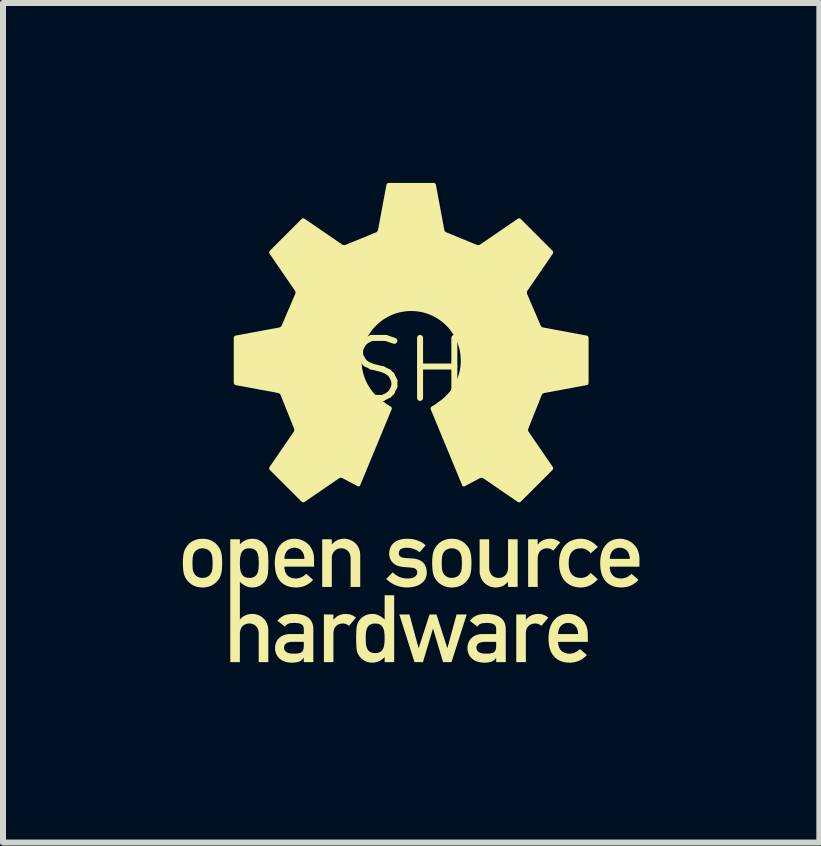
<source format=kicad_pcb>
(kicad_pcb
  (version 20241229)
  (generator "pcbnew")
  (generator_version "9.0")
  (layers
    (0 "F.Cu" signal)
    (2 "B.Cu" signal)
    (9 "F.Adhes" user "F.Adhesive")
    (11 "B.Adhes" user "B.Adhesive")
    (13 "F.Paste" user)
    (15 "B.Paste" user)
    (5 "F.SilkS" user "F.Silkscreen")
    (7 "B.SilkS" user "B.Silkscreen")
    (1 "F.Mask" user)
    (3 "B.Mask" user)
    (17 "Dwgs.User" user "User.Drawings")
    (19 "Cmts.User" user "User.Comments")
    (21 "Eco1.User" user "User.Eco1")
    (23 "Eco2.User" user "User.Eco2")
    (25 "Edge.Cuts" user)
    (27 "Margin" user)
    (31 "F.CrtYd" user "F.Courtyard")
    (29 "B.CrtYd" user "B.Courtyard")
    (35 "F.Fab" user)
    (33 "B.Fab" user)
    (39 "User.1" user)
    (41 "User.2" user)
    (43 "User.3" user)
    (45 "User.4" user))
  (footprint "OSHW"
    (layer "F.Cu")
    (at 3.812 3.628)
    (property "Reference" "OSHW" (at 0 -0.5 0) (unlocked yes) (layer "F.SilkS") (effects (font (size 1 1) (thickness 0.1))))
    (attr smd)
    (fp_poly (pts (xy 0.117 4.125) (xy 0.121 4.125) (xy 0.301 3.569) (xy 0.416 3.569) (xy 0.596 4.125) (xy 0.6 4.125) (xy 0.751 3.569) (xy 0.921 3.569) (xy 0.667 4.363) (xy 0.526 4.363) (xy 0.36 3.807) (xy 0.357 3.807) (xy 0.191 4.363) (xy 0.05 4.363) (xy -0.203 3.569) (xy -0.034 3.569)) (stroke (width 0) (type solid)) (fill yes) (layer "F.SilkS"))
    (fp_poly (pts (xy -1.08 3.56) (xy -1.068 3.561) (xy -1.057 3.562) (xy -1.046 3.564) (xy -1.035 3.566) (xy -1.024 3.569) (xy -1.013 3.572) (xy -1.003 3.576) (xy -0.993 3.58) (xy -0.983 3.585) (xy -0.973 3.59) (xy -0.963 3.595) (xy -0.954 3.601) (xy -0.944 3.607) (xy -0.935 3.614) (xy -0.926 3.621) (xy -1.042 3.758) (xy -1.049 3.753) (xy -1.055 3.749) (xy -1.062 3.744) (xy -1.068 3.74) (xy -1.075 3.737) (xy -1.081 3.734) (xy -1.087 3.731) (xy -1.093 3.728) (xy -1.099 3.726) (xy -1.106 3.724) (xy -1.112 3.723) (xy -1.118 3.721) (xy -1.125 3.72) (xy -1.132 3.72) (xy -1.139 3.719) (xy -1.147 3.719) (xy -1.161 3.72) (xy -1.176 3.722) (xy -1.19 3.725) (xy -1.204 3.729) (xy -1.211 3.731) (xy -1.217 3.734) (xy -1.224 3.738) (xy -1.23 3.741) (xy -1.236 3.745) (xy -1.242 3.749) (xy -1.248 3.754) (xy -1.254 3.759) (xy -1.259 3.764) (xy -1.264 3.77) (xy -1.269 3.775) (xy -1.273 3.782) (xy -1.278 3.788) (xy -1.282 3.795) (xy -1.285 3.803) (xy -1.289 3.81) (xy -1.292 3.818) (xy -1.294 3.827) (xy -1.296 3.836) (xy -1.298 3.845) (xy -1.3 3.854) (xy -1.301 3.864) (xy -1.302 3.874) (xy -1.302 3.885) (xy -1.302 4.363) (xy -1.461 4.363) (xy -1.461 3.569) (xy -1.302 3.569) (xy -1.302 3.653) (xy -1.299 3.653) (xy -1.289 3.642) (xy -1.279 3.631) (xy -1.268 3.622) (xy -1.257 3.612) (xy -1.246 3.604) (xy -1.234 3.596) (xy -1.221 3.589) (xy -1.208 3.583) (xy -1.195 3.578) (xy -1.181 3.573) (xy -1.167 3.569) (xy -1.153 3.565) (xy -1.138 3.563) (xy -1.123 3.561) (xy -1.108 3.56) (xy -1.092 3.56)) (stroke (width 0) (type solid)) (fill yes) (layer "F.SilkS"))
    (fp_poly (pts (xy 2.128 3.56) (xy 2.14 3.561) (xy 2.151 3.562) (xy 2.163 3.564) (xy 2.174 3.566) (xy 2.184 3.569) (xy 2.195 3.572) (xy 2.205 3.576) (xy 2.215 3.58) (xy 2.225 3.585) (xy 2.235 3.59) (xy 2.245 3.595) (xy 2.255 3.601) (xy 2.264 3.607) (xy 2.273 3.614) (xy 2.282 3.621) (xy 2.167 3.758) (xy 2.16 3.753) (xy 2.153 3.749) (xy 2.146 3.744) (xy 2.14 3.74) (xy 2.134 3.737) (xy 2.128 3.734) (xy 2.121 3.731) (xy 2.115 3.728) (xy 2.109 3.726) (xy 2.103 3.724) (xy 2.096 3.723) (xy 2.09 3.721) (xy 2.083 3.72) (xy 2.076 3.72) (xy 2.069 3.719) (xy 2.062 3.719) (xy 2.047 3.72) (xy 2.032 3.722) (xy 2.018 3.725) (xy 2.004 3.729) (xy 1.998 3.731) (xy 1.991 3.734) (xy 1.984 3.738) (xy 1.978 3.741) (xy 1.972 3.745) (xy 1.966 3.749) (xy 1.96 3.754) (xy 1.955 3.759) (xy 1.949 3.764) (xy 1.944 3.77) (xy 1.94 3.775) (xy 1.935 3.782) (xy 1.931 3.788) (xy 1.927 3.795) (xy 1.923 3.803) (xy 1.92 3.81) (xy 1.917 3.818) (xy 1.914 3.827) (xy 1.912 3.836) (xy 1.91 3.845) (xy 1.909 3.854) (xy 1.908 3.864) (xy 1.907 3.874) (xy 1.907 3.885) (xy 1.907 4.363) (xy 1.747 4.363) (xy 1.747 3.569) (xy 1.907 3.569) (xy 1.907 3.653) (xy 1.91 3.653) (xy 1.919 3.642) (xy 1.93 3.631) (xy 1.94 3.622) (xy 1.951 3.612) (xy 1.963 3.604) (xy 1.975 3.596) (xy 1.987 3.589) (xy 2 3.583) (xy 2.013 3.578) (xy 2.027 3.573) (xy 2.041 3.569) (xy 2.056 3.565) (xy 2.07 3.563) (xy 2.085 3.561) (xy 2.101 3.56) (xy 2.116 3.56)) (stroke (width 0) (type solid)) (fill yes) (layer "F.SilkS"))
    (fp_poly (pts (xy 2.326 2.306) (xy 2.338 2.307) (xy 2.349 2.308) (xy 2.36 2.31) (xy 2.371 2.313) (xy 2.382 2.315) (xy 2.393 2.319) (xy 2.403 2.322) (xy 2.413 2.327) (xy 2.423 2.331) (xy 2.433 2.336) (xy 2.443 2.342) (xy 2.452 2.347) (xy 2.462 2.354) (xy 2.471 2.36) (xy 2.48 2.367) (xy 2.364 2.505) (xy 2.357 2.5) (xy 2.351 2.495) (xy 2.344 2.491) (xy 2.338 2.487) (xy 2.332 2.483) (xy 2.325 2.48) (xy 2.319 2.477) (xy 2.313 2.475) (xy 2.307 2.472) (xy 2.301 2.471) (xy 2.294 2.469) (xy 2.288 2.468) (xy 2.281 2.467) (xy 2.274 2.466) (xy 2.267 2.466) (xy 2.259 2.466) (xy 2.245 2.466) (xy 2.23 2.468) (xy 2.216 2.471) (xy 2.202 2.475) (xy 2.195 2.478) (xy 2.189 2.481) (xy 2.182 2.484) (xy 2.176 2.488) (xy 2.17 2.491) (xy 2.164 2.496) (xy 2.158 2.5) (xy 2.153 2.505) (xy 2.147 2.51) (xy 2.142 2.516) (xy 2.137 2.522) (xy 2.133 2.528) (xy 2.129 2.535) (xy 2.125 2.542) (xy 2.121 2.549) (xy 2.118 2.557) (xy 2.115 2.565) (xy 2.112 2.573) (xy 2.11 2.582) (xy 2.108 2.591) (xy 2.106 2.601) (xy 2.105 2.611) (xy 2.105 2.621) (xy 2.104 2.632) (xy 2.104 3.109) (xy 1.945 3.109) (xy 1.945 2.315) (xy 2.104 2.315) (xy 2.104 2.4) (xy 2.108 2.4) (xy 2.117 2.389) (xy 2.127 2.378) (xy 2.138 2.368) (xy 2.149 2.359) (xy 2.161 2.35) (xy 2.173 2.343) (xy 2.185 2.336) (xy 2.198 2.329) (xy 2.211 2.324) (xy 2.225 2.319) (xy 2.239 2.315) (xy 2.253 2.312) (xy 2.268 2.309) (xy 2.283 2.307) (xy 2.299 2.306) (xy 2.314 2.306)) (stroke (width 0) (type solid)) (fill yes) (layer "F.SilkS"))
    (fp_poly (pts (xy -1.108 2.306) (xy -1.096 2.307) (xy -1.073 2.31) (xy -1.049 2.316) (xy -1.026 2.324) (xy -1.015 2.328) (xy -1.003 2.334) (xy -0.992 2.339) (xy -0.982 2.346) (xy -0.971 2.352) (xy -0.961 2.36) (xy -0.951 2.368) (xy -0.941 2.376) (xy -0.932 2.385) (xy -0.923 2.395) (xy -0.914 2.405) (xy -0.906 2.415) (xy -0.899 2.426) (xy -0.892 2.438) (xy -0.885 2.45) (xy -0.879 2.462) (xy -0.874 2.476) (xy -0.869 2.489) (xy -0.865 2.503) (xy -0.861 2.518) (xy -0.859 2.533) (xy -0.857 2.549) (xy -0.856 2.565) (xy -0.855 2.581) (xy -0.855 3.109) (xy -1.015 3.109) (xy -1.015 2.636) (xy -1.015 2.626) (xy -1.016 2.617) (xy -1.017 2.607) (xy -1.018 2.598) (xy -1.02 2.589) (xy -1.022 2.58) (xy -1.024 2.572) (xy -1.027 2.564) (xy -1.03 2.556) (xy -1.033 2.549) (xy -1.037 2.542) (xy -1.041 2.535) (xy -1.045 2.528) (xy -1.05 2.522) (xy -1.054 2.516) (xy -1.06 2.51) (xy -1.065 2.505) (xy -1.071 2.5) (xy -1.076 2.496) (xy -1.083 2.491) (xy -1.089 2.487) (xy -1.095 2.484) (xy -1.102 2.48) (xy -1.109 2.477) (xy -1.116 2.474) (xy -1.124 2.472) (xy -1.131 2.47) (xy -1.139 2.469) (xy -1.147 2.467) (xy -1.155 2.466) (xy -1.163 2.466) (xy -1.171 2.466) (xy -1.18 2.466) (xy -1.188 2.466) (xy -1.196 2.467) (xy -1.204 2.469) (xy -1.212 2.47) (xy -1.22 2.472) (xy -1.227 2.474) (xy -1.234 2.477) (xy -1.241 2.48) (xy -1.248 2.484) (xy -1.255 2.487) (xy -1.261 2.491) (xy -1.267 2.496) (xy -1.273 2.5) (xy -1.279 2.505) (xy -1.284 2.51) (xy -1.29 2.516) (xy -1.294 2.522) (xy -1.299 2.528) (xy -1.303 2.535) (xy -1.307 2.542) (xy -1.311 2.549) (xy -1.314 2.556) (xy -1.317 2.564) (xy -1.32 2.572) (xy -1.323 2.58) (xy -1.325 2.589) (xy -1.326 2.598) (xy -1.328 2.607) (xy -1.329 2.617) (xy -1.329 2.626) (xy -1.329 2.636) (xy -1.329 3.109) (xy -1.489 3.109) (xy -1.489 2.315) (xy -1.329 2.315) (xy -1.329 2.4) (xy -1.326 2.4) (xy -1.317 2.389) (xy -1.306 2.378) (xy -1.296 2.368) (xy -1.285 2.359) (xy -1.273 2.35) (xy -1.261 2.343) (xy -1.249 2.336) (xy -1.236 2.329) (xy -1.223 2.324) (xy -1.209 2.319) (xy -1.195 2.315) (xy -1.181 2.312) (xy -1.166 2.309) (xy -1.151 2.307) (xy -1.135 2.306) (xy -1.12 2.306)) (stroke (width 0) (type solid)) (fill yes) (layer "F.SilkS"))
    (fp_poly (pts (xy 1.295 2.788) (xy 1.296 2.798) (xy 1.296 2.808) (xy 1.297 2.817) (xy 1.298 2.826) (xy 1.3 2.835) (xy 1.302 2.844) (xy 1.305 2.852) (xy 1.307 2.86) (xy 1.31 2.868) (xy 1.314 2.876) (xy 1.317 2.883) (xy 1.321 2.89) (xy 1.326 2.896) (xy 1.33 2.902) (xy 1.335 2.908) (xy 1.34 2.914) (xy 1.346 2.919) (xy 1.351 2.924) (xy 1.357 2.929) (xy 1.364 2.933) (xy 1.37 2.937) (xy 1.377 2.941) (xy 1.383 2.944) (xy 1.39 2.947) (xy 1.398 2.95) (xy 1.405 2.952) (xy 1.413 2.954) (xy 1.421 2.956) (xy 1.429 2.957) (xy 1.437 2.958) (xy 1.445 2.959) (xy 1.453 2.959) (xy 1.462 2.959) (xy 1.47 2.958) (xy 1.478 2.957) (xy 1.486 2.956) (xy 1.494 2.954) (xy 1.501 2.952) (xy 1.508 2.95) (xy 1.516 2.947) (xy 1.523 2.944) (xy 1.529 2.941) (xy 1.536 2.937) (xy 1.542 2.933) (xy 1.548 2.929) (xy 1.554 2.924) (xy 1.56 2.919) (xy 1.565 2.914) (xy 1.57 2.908) (xy 1.575 2.902) (xy 1.58 2.896) (xy 1.584 2.89) (xy 1.588 2.883) (xy 1.592 2.876) (xy 1.595 2.868) (xy 1.598 2.86) (xy 1.601 2.852) (xy 1.603 2.844) (xy 1.605 2.835) (xy 1.607 2.826) (xy 1.608 2.817) (xy 1.609 2.808) (xy 1.61 2.798) (xy 1.61 2.788) (xy 1.61 2.315) (xy 1.77 2.315) (xy 1.77 3.109) (xy 1.61 3.109) (xy 1.61 3.024) (xy 1.607 3.024) (xy 1.597 3.036) (xy 1.587 3.046) (xy 1.577 3.056) (xy 1.565 3.066) (xy 1.554 3.074) (xy 1.542 3.082) (xy 1.53 3.089) (xy 1.517 3.095) (xy 1.504 3.1) (xy 1.49 3.105) (xy 1.476 3.109) (xy 1.462 3.113) (xy 1.447 3.115) (xy 1.432 3.117) (xy 1.417 3.118) (xy 1.402 3.118) (xy 1.39 3.118) (xy 1.378 3.117) (xy 1.355 3.114) (xy 1.331 3.108) (xy 1.319 3.105) (xy 1.308 3.101) (xy 1.296 3.096) (xy 1.285 3.091) (xy 1.274 3.085) (xy 1.263 3.079) (xy 1.252 3.072) (xy 1.242 3.064) (xy 1.232 3.057) (xy 1.222 3.048) (xy 1.213 3.039) (xy 1.204 3.03) (xy 1.195 3.02) (xy 1.187 3.009) (xy 1.179 2.998) (xy 1.172 2.987) (xy 1.166 2.975) (xy 1.16 2.962) (xy 1.154 2.949) (xy 1.15 2.935) (xy 1.146 2.921) (xy 1.142 2.906) (xy 1.139 2.891) (xy 1.137 2.876) (xy 1.136 2.86) (xy 1.136 2.843) (xy 1.136 2.843) (xy 1.136 2.315) (xy 1.295 2.315)) (stroke (width 0) (type solid)) (fill yes) (layer "F.SilkS"))
    (fp_poly (pts (xy 2.832 2.306) (xy 2.843 2.307) (xy 2.854 2.307) (xy 2.865 2.309) (xy 2.886 2.312) (xy 2.907 2.316) (xy 2.927 2.322) (xy 2.946 2.328) (xy 2.965 2.336) (xy 2.983 2.345) (xy 3.001 2.355) (xy 3.017 2.365) (xy 3.034 2.376) (xy 3.049 2.389) (xy 3.065 2.401) (xy 3.079 2.415) (xy 3.093 2.429) (xy 3.106 2.444) (xy 2.989 2.549) (xy 2.981 2.54) (xy 2.973 2.531) (xy 2.965 2.523) (xy 2.956 2.515) (xy 2.947 2.508) (xy 2.938 2.501) (xy 2.928 2.495) (xy 2.918 2.489) (xy 2.908 2.484) (xy 2.897 2.479) (xy 2.886 2.475) (xy 2.875 2.472) (xy 2.863 2.469) (xy 2.852 2.467) (xy 2.84 2.466) (xy 2.828 2.466) (xy 2.804 2.467) (xy 2.781 2.469) (xy 2.771 2.471) (xy 2.76 2.474) (xy 2.75 2.476) (xy 2.74 2.48) (xy 2.731 2.484) (xy 2.722 2.488) (xy 2.713 2.493) (xy 2.705 2.498) (xy 2.697 2.504) (xy 2.689 2.51) (xy 2.682 2.517) (xy 2.675 2.524) (xy 2.669 2.532) (xy 2.663 2.54) (xy 2.657 2.549) (xy 2.652 2.558) (xy 2.647 2.568) (xy 2.643 2.579) (xy 2.639 2.59) (xy 2.635 2.601) (xy 2.632 2.613) (xy 2.629 2.626) (xy 2.626 2.639) (xy 2.624 2.652) (xy 2.622 2.682) (xy 2.621 2.713) (xy 2.621 2.729) (xy 2.622 2.744) (xy 2.623 2.759) (xy 2.624 2.773) (xy 2.626 2.787) (xy 2.629 2.8) (xy 2.632 2.812) (xy 2.635 2.824) (xy 2.639 2.835) (xy 2.643 2.846) (xy 2.647 2.857) (xy 2.652 2.866) (xy 2.657 2.876) (xy 2.663 2.884) (xy 2.669 2.893) (xy 2.675 2.9) (xy 2.682 2.908) (xy 2.689 2.914) (xy 2.697 2.921) (xy 2.705 2.926) (xy 2.713 2.932) (xy 2.722 2.936) (xy 2.731 2.941) (xy 2.74 2.945) (xy 2.75 2.948) (xy 2.76 2.951) (xy 2.771 2.953) (xy 2.781 2.955) (xy 2.792 2.957) (xy 2.804 2.958) (xy 2.815 2.959) (xy 2.828 2.959) (xy 2.834 2.959) (xy 2.84 2.958) (xy 2.846 2.958) (xy 2.852 2.957) (xy 2.863 2.955) (xy 2.875 2.953) (xy 2.886 2.949) (xy 2.897 2.945) (xy 2.908 2.941) (xy 2.918 2.936) (xy 2.928 2.93) (xy 2.938 2.923) (xy 2.947 2.917) (xy 2.956 2.909) (xy 2.965 2.902) (xy 2.973 2.893) (xy 2.981 2.885) (xy 2.989 2.876) (xy 3.106 2.981) (xy 3.093 2.995) (xy 3.079 3.01) (xy 3.065 3.023) (xy 3.049 3.036) (xy 3.034 3.048) (xy 3.017 3.059) (xy 3.001 3.07) (xy 2.983 3.079) (xy 2.965 3.088) (xy 2.946 3.096) (xy 2.927 3.103) (xy 2.907 3.108) (xy 2.886 3.113) (xy 2.865 3.116) (xy 2.843 3.118) (xy 2.821 3.118) (xy 2.787 3.117) (xy 2.753 3.113) (xy 2.72 3.106) (xy 2.688 3.096) (xy 2.672 3.09) (xy 2.657 3.083) (xy 2.641 3.075) (xy 2.627 3.066) (xy 2.613 3.057) (xy 2.599 3.047) (xy 2.585 3.036) (xy 2.573 3.024) (xy 2.56 3.012) (xy 2.548 2.998) (xy 2.537 2.984) (xy 2.527 2.969) (xy 2.517 2.952) (xy 2.508 2.935) (xy 2.499 2.917) (xy 2.492 2.898) (xy 2.485 2.879) (xy 2.479 2.858) (xy 2.473 2.836) (xy 2.469 2.814) (xy 2.466 2.79) (xy 2.463 2.765) (xy 2.462 2.74) (xy 2.461 2.713) (xy 2.462 2.686) (xy 2.463 2.66) (xy 2.466 2.636) (xy 2.469 2.612) (xy 2.473 2.589) (xy 2.479 2.567) (xy 2.485 2.546) (xy 2.492 2.527) (xy 2.499 2.508) (xy 2.508 2.49) (xy 2.517 2.472) (xy 2.527 2.456) (xy 2.537 2.441) (xy 2.548 2.426) (xy 2.56 2.413) (xy 2.573 2.4) (xy 2.585 2.388) (xy 2.599 2.377) (xy 2.613 2.367) (xy 2.627 2.358) (xy 2.641 2.349) (xy 2.657 2.342) (xy 2.672 2.335) (xy 2.688 2.329) (xy 2.704 2.323) (xy 2.72 2.319) (xy 2.736 2.315) (xy 2.753 2.312) (xy 2.77 2.309) (xy 2.787 2.307) (xy 2.821 2.306)) (stroke (width 0) (type solid)) (fill yes) (layer "F.SilkS"))
    (fp_poly (pts (xy -0.289 4.363) (xy -0.448 4.363) (xy -0.448 4.28) (xy -0.458 4.29) (xy -0.468 4.299) (xy -0.479 4.308) (xy -0.49 4.317) (xy -0.502 4.325) (xy -0.514 4.333) (xy -0.526 4.34) (xy -0.539 4.346) (xy -0.553 4.352) (xy -0.566 4.357) (xy -0.58 4.362) (xy -0.594 4.365) (xy -0.609 4.368) (xy -0.623 4.37) (xy -0.638 4.372) (xy -0.654 4.372) (xy -0.663 4.372) (xy -0.671 4.371) (xy -0.68 4.371) (xy -0.689 4.37) (xy -0.697 4.369) (xy -0.705 4.368) (xy -0.713 4.366) (xy -0.721 4.364) (xy -0.729 4.362) (xy -0.737 4.36) (xy -0.744 4.358) (xy -0.752 4.355) (xy -0.759 4.352) (xy -0.766 4.349) (xy -0.779 4.343) (xy -0.792 4.335) (xy -0.805 4.327) (xy -0.816 4.319) (xy -0.828 4.31) (xy -0.838 4.3) (xy -0.848 4.29) (xy -0.858 4.28) (xy -0.866 4.269) (xy -0.874 4.258) (xy -0.881 4.247) (xy -0.888 4.236) (xy -0.894 4.225) (xy -0.899 4.213) (xy -0.904 4.199) (xy -0.908 4.185) (xy -0.911 4.169) (xy -0.914 4.152) (xy -0.917 4.132) (xy -0.919 4.111) (xy -0.92 4.087) (xy -0.922 4.032) (xy -0.923 3.965) (xy -0.763 3.965) (xy -0.763 3.988) (xy -0.763 4.011) (xy -0.761 4.034) (xy -0.76 4.056) (xy -0.757 4.077) (xy -0.755 4.088) (xy -0.753 4.098) (xy -0.75 4.107) (xy -0.747 4.117) (xy -0.744 4.126) (xy -0.74 4.135) (xy -0.736 4.144) (xy -0.732 4.152) (xy -0.727 4.159) (xy -0.721 4.167) (xy -0.715 4.173) (xy -0.708 4.18) (xy -0.701 4.186) (xy -0.693 4.191) (xy -0.685 4.196) (xy -0.675 4.2) (xy -0.666 4.204) (xy -0.655 4.207) (xy -0.644 4.209) (xy -0.632 4.211) (xy -0.619 4.212) (xy -0.605 4.212) (xy -0.591 4.212) (xy -0.579 4.211) (xy -0.567 4.209) (xy -0.556 4.206) (xy -0.545 4.203) (xy -0.535 4.199) (xy -0.526 4.195) (xy -0.518 4.19) (xy -0.51 4.184) (xy -0.503 4.178) (xy -0.496 4.172) (xy -0.49 4.165) (xy -0.485 4.157) (xy -0.48 4.149) (xy -0.475 4.141) (xy -0.471 4.132) (xy -0.467 4.123) (xy -0.464 4.114) (xy -0.459 4.094) (xy -0.455 4.074) (xy -0.452 4.053) (xy -0.45 4.031) (xy -0.449 4.009) (xy -0.448 3.965) (xy -0.449 3.943) (xy -0.449 3.922) (xy -0.45 3.9) (xy -0.452 3.878) (xy -0.455 3.857) (xy -0.457 3.847) (xy -0.459 3.837) (xy -0.461 3.827) (xy -0.464 3.818) (xy -0.467 3.808) (xy -0.471 3.799) (xy -0.475 3.791) (xy -0.48 3.782) (xy -0.485 3.774) (xy -0.49 3.767) (xy -0.496 3.76) (xy -0.503 3.753) (xy -0.51 3.747) (xy -0.518 3.742) (xy -0.526 3.736) (xy -0.535 3.732) (xy -0.545 3.728) (xy -0.556 3.725) (xy -0.567 3.723) (xy -0.579 3.721) (xy -0.591 3.72) (xy -0.605 3.719) (xy -0.619 3.72) (xy -0.632 3.721) (xy -0.644 3.722) (xy -0.655 3.725) (xy -0.666 3.728) (xy -0.675 3.731) (xy -0.685 3.736) (xy -0.693 3.74) (xy -0.701 3.746) (xy -0.708 3.752) (xy -0.715 3.758) (xy -0.721 3.765) (xy -0.727 3.772) (xy -0.732 3.78) (xy -0.736 3.788) (xy -0.74 3.796) (xy -0.744 3.805) (xy -0.747 3.814) (xy -0.753 3.834) (xy -0.757 3.854) (xy -0.76 3.875) (xy -0.761 3.897) (xy -0.763 3.919) (xy -0.763 3.965) (xy -0.923 3.965) (xy -0.923 3.965) (xy -0.923 3.93) (xy -0.922 3.899) (xy -0.921 3.87) (xy -0.92 3.844) (xy -0.919 3.82) (xy -0.917 3.799) (xy -0.914 3.78) (xy -0.911 3.762) (xy -0.908 3.746) (xy -0.906 3.739) (xy -0.904 3.732) (xy -0.901 3.725) (xy -0.899 3.719) (xy -0.896 3.713) (xy -0.894 3.707) (xy -0.888 3.695) (xy -0.881 3.684) (xy -0.874 3.673) (xy -0.866 3.663) (xy -0.858 3.652) (xy -0.848 3.641) (xy -0.838 3.631) (xy -0.828 3.622) (xy -0.816 3.613) (xy -0.805 3.604) (xy -0.792 3.596) (xy -0.779 3.589) (xy -0.766 3.582) (xy -0.752 3.577) (xy -0.737 3.572) (xy -0.721 3.567) (xy -0.705 3.564) (xy -0.689 3.562) (xy -0.671 3.56) (xy -0.654 3.56) (xy -0.638 3.56) (xy -0.624 3.561) (xy -0.61 3.563) (xy -0.596 3.566) (xy -0.582 3.57) (xy -0.569 3.574) (xy -0.556 3.58) (xy -0.543 3.585) (xy -0.53 3.592) (xy -0.518 3.599) (xy -0.506 3.607) (xy -0.494 3.615) (xy -0.483 3.624) (xy -0.471 3.633) (xy -0.46 3.643) (xy -0.448 3.653) (xy -0.448 3.248) (xy -0.289 3.248)) (stroke (width 0) (type solid)) (fill yes) (layer "F.SilkS"))
    (fp_poly (pts (xy -1.936 2.306) (xy -1.92 2.307) (xy -1.904 2.309) (xy -1.888 2.312) (xy -1.872 2.315) (xy -1.857 2.319) (xy -1.842 2.324) (xy -1.827 2.329) (xy -1.813 2.336) (xy -1.799 2.342) (xy -1.785 2.35) (xy -1.772 2.358) (xy -1.759 2.367) (xy -1.747 2.376) (xy -1.735 2.386) (xy -1.723 2.397) (xy -1.712 2.408) (xy -1.702 2.42) (xy -1.692 2.432) (xy -1.683 2.445) (xy -1.674 2.458) (xy -1.666 2.472) (xy -1.659 2.487) (xy -1.652 2.502) (xy -1.646 2.518) (xy -1.641 2.534) (xy -1.636 2.551) (xy -1.632 2.568) (xy -1.629 2.585) (xy -1.627 2.603) (xy -1.626 2.622) (xy -1.625 2.641) (xy -1.625 2.772) (xy -2.12 2.772) (xy -2.12 2.784) (xy -2.119 2.796) (xy -2.118 2.807) (xy -2.116 2.818) (xy -2.114 2.829) (xy -2.112 2.839) (xy -2.109 2.849) (xy -2.106 2.858) (xy -2.102 2.867) (xy -2.098 2.875) (xy -2.094 2.884) (xy -2.089 2.892) (xy -2.084 2.899) (xy -2.078 2.906) (xy -2.073 2.913) (xy -2.066 2.919) (xy -2.06 2.925) (xy -2.053 2.931) (xy -2.046 2.936) (xy -2.039 2.941) (xy -2.031 2.945) (xy -2.023 2.949) (xy -2.015 2.953) (xy -2.006 2.956) (xy -1.998 2.959) (xy -1.989 2.961) (xy -1.98 2.963) (xy -1.97 2.965) (xy -1.961 2.966) (xy -1.951 2.967) (xy -1.941 2.968) (xy -1.931 2.968) (xy -1.919 2.968) (xy -1.907 2.967) (xy -1.896 2.965) (xy -1.884 2.963) (xy -1.873 2.96) (xy -1.861 2.957) (xy -1.85 2.953) (xy -1.838 2.948) (xy -1.827 2.943) (xy -1.816 2.937) (xy -1.806 2.931) (xy -1.795 2.924) (xy -1.785 2.917) (xy -1.775 2.909) (xy -1.766 2.9) (xy -1.757 2.891) (xy -1.641 2.99) (xy -1.656 3.006) (xy -1.671 3.022) (xy -1.687 3.036) (xy -1.704 3.048) (xy -1.721 3.06) (xy -1.738 3.071) (xy -1.756 3.08) (xy -1.774 3.088) (xy -1.792 3.096) (xy -1.811 3.102) (xy -1.83 3.107) (xy -1.849 3.111) (xy -1.868 3.114) (xy -1.888 3.117) (xy -1.908 3.118) (xy -1.927 3.118) (xy -1.958 3.117) (xy -1.989 3.114) (xy -2.02 3.109) (xy -2.051 3.101) (xy -2.081 3.09) (xy -2.096 3.084) (xy -2.11 3.076) (xy -2.125 3.068) (xy -2.138 3.059) (xy -2.152 3.049) (xy -2.165 3.039) (xy -2.177 3.027) (xy -2.189 3.014) (xy -2.2 3) (xy -2.211 2.985) (xy -2.221 2.969) (xy -2.231 2.952) (xy -2.239 2.934) (xy -2.247 2.915) (xy -2.255 2.894) (xy -2.261 2.873) (xy -2.267 2.85) (xy -2.271 2.825) (xy -2.275 2.8) (xy -2.277 2.773) (xy -2.279 2.744) (xy -2.28 2.715) (xy -2.279 2.686) (xy -2.278 2.659) (xy -2.276 2.641) (xy -2.12 2.641) (xy -1.785 2.641) (xy -1.786 2.63) (xy -1.787 2.619) (xy -1.788 2.609) (xy -1.79 2.598) (xy -1.792 2.589) (xy -1.794 2.579) (xy -1.797 2.57) (xy -1.8 2.561) (xy -1.803 2.553) (xy -1.807 2.545) (xy -1.811 2.537) (xy -1.815 2.53) (xy -1.82 2.523) (xy -1.825 2.516) (xy -1.83 2.509) (xy -1.835 2.503) (xy -1.841 2.498) (xy -1.847 2.492) (xy -1.853 2.488) (xy -1.859 2.483) (xy -1.866 2.479) (xy -1.873 2.475) (xy -1.88 2.471) (xy -1.887 2.468) (xy -1.895 2.465) (xy -1.903 2.463) (xy -1.91 2.461) (xy -1.918 2.459) (xy -1.927 2.458) (xy -1.935 2.457) (xy -1.944 2.456) (xy -1.952 2.456) (xy -1.961 2.456) (xy -1.97 2.457) (xy -1.978 2.458) (xy -1.986 2.459) (xy -1.995 2.461) (xy -2.003 2.463) (xy -2.01 2.465) (xy -2.018 2.468) (xy -2.025 2.471) (xy -2.032 2.475) (xy -2.039 2.479) (xy -2.046 2.483) (xy -2.052 2.488) (xy -2.059 2.492) (xy -2.065 2.498) (xy -2.07 2.503) (xy -2.076 2.509) (xy -2.081 2.516) (xy -2.086 2.523) (xy -2.09 2.53) (xy -2.095 2.537) (xy -2.099 2.545) (xy -2.102 2.553) (xy -2.106 2.561) (xy -2.109 2.57) (xy -2.111 2.579) (xy -2.114 2.589) (xy -2.116 2.598) (xy -2.117 2.609) (xy -2.119 2.619) (xy -2.119 2.63) (xy -2.12 2.641) (xy -2.276 2.641) (xy -2.275 2.633) (xy -2.272 2.608) (xy -2.268 2.585) (xy -2.263 2.562) (xy -2.257 2.541) (xy -2.25 2.521) (xy -2.243 2.501) (xy -2.235 2.483) (xy -2.226 2.466) (xy -2.217 2.45) (xy -2.207 2.435) (xy -2.196 2.42) (xy -2.185 2.407) (xy -2.174 2.395) (xy -2.162 2.383) (xy -2.149 2.373) (xy -2.137 2.363) (xy -2.123 2.354) (xy -2.11 2.346) (xy -2.096 2.339) (xy -2.082 2.332) (xy -2.068 2.326) (xy -2.054 2.321) (xy -2.04 2.317) (xy -2.025 2.314) (xy -2.011 2.311) (xy -1.981 2.307) (xy -1.952 2.306)) (stroke (width 0) (type solid)) (fill yes) (layer "F.SilkS"))
    (fp_poly (pts (xy 2.629 3.56) (xy 2.645 3.561) (xy 2.661 3.563) (xy 2.677 3.565) (xy 2.692 3.569) (xy 2.708 3.573) (xy 2.723 3.578) (xy 2.738 3.583) (xy 2.752 3.589) (xy 2.766 3.596) (xy 2.78 3.603) (xy 2.793 3.611) (xy 2.806 3.62) (xy 2.818 3.63) (xy 2.83 3.639) (xy 2.842 3.65) (xy 2.853 3.661) (xy 2.863 3.673) (xy 2.873 3.685) (xy 2.882 3.698) (xy 2.891 3.712) (xy 2.899 3.726) (xy 2.906 3.741) (xy 2.913 3.756) (xy 2.919 3.771) (xy 2.924 3.787) (xy 2.929 3.804) (xy 2.933 3.821) (xy 2.936 3.839) (xy 2.938 3.857) (xy 2.939 3.875) (xy 2.94 3.894) (xy 2.94 4.026) (xy 2.445 4.026) (xy 2.445 4.038) (xy 2.446 4.05) (xy 2.447 4.061) (xy 2.449 4.072) (xy 2.451 4.082) (xy 2.453 4.092) (xy 2.456 4.102) (xy 2.459 4.111) (xy 2.463 4.12) (xy 2.467 4.129) (xy 2.471 4.137) (xy 2.476 4.145) (xy 2.481 4.152) (xy 2.487 4.16) (xy 2.492 4.166) (xy 2.499 4.173) (xy 2.505 4.178) (xy 2.512 4.184) (xy 2.519 4.189) (xy 2.526 4.194) (xy 2.534 4.198) (xy 2.542 4.202) (xy 2.55 4.206) (xy 2.559 4.209) (xy 2.567 4.212) (xy 2.576 4.215) (xy 2.585 4.217) (xy 2.595 4.219) (xy 2.604 4.22) (xy 2.614 4.221) (xy 2.624 4.221) (xy 2.634 4.222) (xy 2.646 4.221) (xy 2.657 4.22) (xy 2.669 4.219) (xy 2.681 4.217) (xy 2.692 4.214) (xy 2.704 4.21) (xy 2.715 4.206) (xy 2.726 4.202) (xy 2.738 4.196) (xy 2.749 4.191) (xy 2.759 4.184) (xy 2.77 4.177) (xy 2.78 4.17) (xy 2.79 4.162) (xy 2.799 4.154) (xy 2.808 4.145) (xy 2.924 4.244) (xy 2.909 4.26) (xy 2.894 4.275) (xy 2.878 4.289) (xy 2.861 4.302) (xy 2.844 4.314) (xy 2.827 4.324) (xy 2.809 4.334) (xy 2.791 4.342) (xy 2.773 4.349) (xy 2.754 4.355) (xy 2.735 4.36) (xy 2.716 4.365) (xy 2.697 4.368) (xy 2.677 4.37) (xy 2.657 4.372) (xy 2.638 4.372) (xy 2.607 4.371) (xy 2.576 4.368) (xy 2.545 4.363) (xy 2.514 4.355) (xy 2.484 4.344) (xy 2.469 4.337) (xy 2.455 4.33) (xy 2.44 4.322) (xy 2.427 4.313) (xy 2.413 4.303) (xy 2.4 4.292) (xy 2.388 4.28) (xy 2.376 4.268) (xy 2.365 4.254) (xy 2.354 4.239) (xy 2.344 4.223) (xy 2.334 4.206) (xy 2.325 4.188) (xy 2.317 4.168) (xy 2.31 4.148) (xy 2.304 4.126) (xy 2.298 4.103) (xy 2.294 4.079) (xy 2.29 4.053) (xy 2.287 4.026) (xy 2.286 3.998) (xy 2.285 3.968) (xy 2.286 3.94) (xy 2.287 3.913) (xy 2.289 3.895) (xy 2.445 3.895) (xy 2.78 3.895) (xy 2.779 3.883) (xy 2.778 3.873) (xy 2.777 3.862) (xy 2.775 3.852) (xy 2.773 3.842) (xy 2.771 3.833) (xy 2.768 3.824) (xy 2.765 3.815) (xy 2.762 3.806) (xy 2.758 3.798) (xy 2.754 3.79) (xy 2.75 3.783) (xy 2.745 3.776) (xy 2.74 3.769) (xy 2.735 3.763) (xy 2.73 3.757) (xy 2.724 3.751) (xy 2.718 3.746) (xy 2.712 3.741) (xy 2.706 3.736) (xy 2.699 3.732) (xy 2.692 3.728) (xy 2.685 3.725) (xy 2.678 3.722) (xy 2.67 3.719) (xy 2.662 3.716) (xy 2.655 3.714) (xy 2.646 3.713) (xy 2.638 3.711) (xy 2.63 3.711) (xy 2.621 3.71) (xy 2.612 3.71) (xy 2.604 3.71) (xy 2.595 3.711) (xy 2.587 3.711) (xy 2.578 3.713) (xy 2.57 3.714) (xy 2.562 3.716) (xy 2.555 3.719) (xy 2.547 3.722) (xy 2.54 3.725) (xy 2.533 3.728) (xy 2.526 3.732) (xy 2.519 3.736) (xy 2.513 3.741) (xy 2.506 3.746) (xy 2.5 3.751) (xy 2.495 3.757) (xy 2.489 3.763) (xy 2.484 3.769) (xy 2.479 3.776) (xy 2.475 3.783) (xy 2.47 3.79) (xy 2.466 3.798) (xy 2.463 3.806) (xy 2.459 3.815) (xy 2.456 3.824) (xy 2.454 3.833) (xy 2.451 3.842) (xy 2.449 3.852) (xy 2.448 3.862) (xy 2.446 3.873) (xy 2.445 3.883) (xy 2.445 3.895) (xy 2.289 3.895) (xy 2.29 3.887) (xy 2.293 3.862) (xy 2.297 3.838) (xy 2.302 3.816) (xy 2.308 3.794) (xy 2.315 3.774) (xy 2.322 3.755) (xy 2.33 3.737) (xy 2.339 3.719) (xy 2.348 3.703) (xy 2.358 3.688) (xy 2.369 3.674) (xy 2.38 3.661) (xy 2.391 3.648) (xy 2.403 3.637) (xy 2.416 3.626) (xy 2.428 3.616) (xy 2.442 3.607) (xy 2.455 3.599) (xy 2.469 3.592) (xy 2.483 3.586) (xy 2.497 3.58) (xy 2.511 3.575) (xy 2.525 3.571) (xy 2.54 3.567) (xy 2.554 3.564) (xy 2.584 3.561) (xy 2.612 3.56)) (stroke (width 0) (type solid)) (fill yes) (layer "F.SilkS"))
    (fp_poly (pts (xy 3.49 2.306) (xy 3.506 2.307) (xy 3.522 2.309) (xy 3.538 2.312) (xy 3.554 2.315) (xy 3.569 2.319) (xy 3.584 2.324) (xy 3.599 2.329) (xy 3.613 2.336) (xy 3.627 2.342) (xy 3.641 2.35) (xy 3.654 2.358) (xy 3.667 2.367) (xy 3.68 2.376) (xy 3.692 2.386) (xy 3.703 2.397) (xy 3.714 2.408) (xy 3.725 2.42) (xy 3.734 2.432) (xy 3.744 2.445) (xy 3.752 2.458) (xy 3.76 2.472) (xy 3.768 2.487) (xy 3.775 2.502) (xy 3.781 2.518) (xy 3.786 2.534) (xy 3.79 2.551) (xy 3.794 2.568) (xy 3.797 2.585) (xy 3.799 2.603) (xy 3.801 2.622) (xy 3.801 2.641) (xy 3.801 2.772) (xy 3.306 2.772) (xy 3.307 2.784) (xy 3.307 2.796) (xy 3.308 2.807) (xy 3.31 2.818) (xy 3.312 2.829) (xy 3.314 2.839) (xy 3.317 2.849) (xy 3.321 2.858) (xy 3.324 2.867) (xy 3.328 2.875) (xy 3.333 2.884) (xy 3.337 2.892) (xy 3.343 2.899) (xy 3.348 2.906) (xy 3.354 2.913) (xy 3.36 2.919) (xy 3.366 2.925) (xy 3.373 2.931) (xy 3.38 2.936) (xy 3.388 2.941) (xy 3.395 2.945) (xy 3.403 2.949) (xy 3.411 2.953) (xy 3.42 2.956) (xy 3.429 2.959) (xy 3.438 2.961) (xy 3.447 2.963) (xy 3.456 2.965) (xy 3.466 2.966) (xy 3.476 2.967) (xy 3.486 2.968) (xy 3.496 2.968) (xy 3.507 2.968) (xy 3.519 2.967) (xy 3.53 2.965) (xy 3.542 2.963) (xy 3.554 2.96) (xy 3.565 2.957) (xy 3.577 2.953) (xy 3.588 2.948) (xy 3.599 2.943) (xy 3.61 2.937) (xy 3.621 2.931) (xy 3.631 2.924) (xy 3.641 2.917) (xy 3.651 2.909) (xy 3.66 2.9) (xy 3.669 2.891) (xy 3.785 2.99) (xy 3.77 3.006) (xy 3.755 3.022) (xy 3.739 3.036) (xy 3.723 3.048) (xy 3.706 3.06) (xy 3.688 3.071) (xy 3.671 3.08) (xy 3.653 3.088) (xy 3.634 3.096) (xy 3.616 3.102) (xy 3.597 3.107) (xy 3.578 3.111) (xy 3.558 3.114) (xy 3.539 3.117) (xy 3.519 3.118) (xy 3.499 3.118) (xy 3.468 3.117) (xy 3.437 3.114) (xy 3.406 3.109) (xy 3.375 3.101) (xy 3.345 3.09) (xy 3.33 3.084) (xy 3.316 3.076) (xy 3.302 3.068) (xy 3.288 3.059) (xy 3.275 3.049) (xy 3.262 3.039) (xy 3.249 3.027) (xy 3.237 3.014) (xy 3.226 3) (xy 3.215 2.985) (xy 3.205 2.969) (xy 3.196 2.952) (xy 3.187 2.934) (xy 3.179 2.915) (xy 3.172 2.894) (xy 3.165 2.873) (xy 3.16 2.85) (xy 3.155 2.825) (xy 3.151 2.8) (xy 3.149 2.773) (xy 3.147 2.744) (xy 3.147 2.715) (xy 3.147 2.686) (xy 3.149 2.659) (xy 3.15 2.641) (xy 3.306 2.641) (xy 3.641 2.641) (xy 3.641 2.63) (xy 3.64 2.619) (xy 3.638 2.609) (xy 3.637 2.598) (xy 3.635 2.589) (xy 3.632 2.579) (xy 3.629 2.57) (xy 3.626 2.561) (xy 3.623 2.553) (xy 3.619 2.545) (xy 3.615 2.537) (xy 3.611 2.53) (xy 3.606 2.523) (xy 3.602 2.516) (xy 3.596 2.509) (xy 3.591 2.503) (xy 3.585 2.498) (xy 3.579 2.492) (xy 3.573 2.488) (xy 3.567 2.483) (xy 3.56 2.479) (xy 3.553 2.475) (xy 3.546 2.471) (xy 3.539 2.468) (xy 3.531 2.465) (xy 3.524 2.463) (xy 3.516 2.461) (xy 3.508 2.459) (xy 3.5 2.458) (xy 3.491 2.457) (xy 3.483 2.456) (xy 3.474 2.456) (xy 3.465 2.456) (xy 3.457 2.457) (xy 3.448 2.458) (xy 3.44 2.459) (xy 3.432 2.461) (xy 3.424 2.463) (xy 3.416 2.465) (xy 3.408 2.468) (xy 3.401 2.471) (xy 3.394 2.475) (xy 3.387 2.479) (xy 3.38 2.483) (xy 3.374 2.488) (xy 3.368 2.492) (xy 3.362 2.498) (xy 3.356 2.503) (xy 3.351 2.509) (xy 3.345 2.516) (xy 3.341 2.523) (xy 3.336 2.53) (xy 3.332 2.537) (xy 3.328 2.545) (xy 3.324 2.553) (xy 3.321 2.561) (xy 3.318 2.57) (xy 3.315 2.579) (xy 3.313 2.589) (xy 3.311 2.598) (xy 3.309 2.609) (xy 3.308 2.619) (xy 3.307 2.63) (xy 3.306 2.641) (xy 3.15 2.641) (xy 3.151 2.633) (xy 3.154 2.608) (xy 3.159 2.585) (xy 3.164 2.562) (xy 3.17 2.541) (xy 3.176 2.521) (xy 3.184 2.501) (xy 3.192 2.483) (xy 3.2 2.466) (xy 3.21 2.45) (xy 3.22 2.435) (xy 3.23 2.42) (xy 3.241 2.407) (xy 3.253 2.395) (xy 3.265 2.383) (xy 3.277 2.373) (xy 3.29 2.363) (xy 3.303 2.354) (xy 3.316 2.346) (xy 3.33 2.339) (xy 3.344 2.332) (xy 3.358 2.326) (xy 3.372 2.321) (xy 3.387 2.317) (xy 3.401 2.314) (xy 3.416 2.311) (xy 3.445 2.307) (xy 3.474 2.306)) (stroke (width 0) (type solid)) (fill yes) (layer "F.SilkS"))
    (fp_poly (pts (xy -1.931 3.56) (xy -1.897 3.563) (xy -1.864 3.567) (xy -1.848 3.57) (xy -1.833 3.573) (xy -1.818 3.577) (xy -1.804 3.581) (xy -1.79 3.585) (xy -1.777 3.591) (xy -1.764 3.596) (xy -1.751 3.603) (xy -1.74 3.61) (xy -1.729 3.617) (xy -1.718 3.625) (xy -1.708 3.633) (xy -1.699 3.643) (xy -1.69 3.652) (xy -1.682 3.663) (xy -1.674 3.674) (xy -1.667 3.685) (xy -1.661 3.698) (xy -1.655 3.711) (xy -1.651 3.724) (xy -1.646 3.739) (xy -1.643 3.754) (xy -1.64 3.769) (xy -1.638 3.786) (xy -1.637 3.803) (xy -1.637 3.821) (xy -1.637 4.363) (xy -1.796 4.363) (xy -1.796 4.292) (xy -1.8 4.292) (xy -1.806 4.302) (xy -1.813 4.311) (xy -1.821 4.32) (xy -1.829 4.328) (xy -1.838 4.335) (xy -1.847 4.342) (xy -1.858 4.347) (xy -1.869 4.353) (xy -1.881 4.357) (xy -1.895 4.361) (xy -1.909 4.365) (xy -1.924 4.367) (xy -1.94 4.369) (xy -1.957 4.371) (xy -1.976 4.372) (xy -1.995 4.372) (xy -2.012 4.372) (xy -2.028 4.371) (xy -2.043 4.369) (xy -2.058 4.367) (xy -2.073 4.365) (xy -2.087 4.361) (xy -2.1 4.358) (xy -2.114 4.353) (xy -2.126 4.349) (xy -2.139 4.343) (xy -2.15 4.338) (xy -2.162 4.332) (xy -2.172 4.325) (xy -2.183 4.318) (xy -2.192 4.31) (xy -2.202 4.302) (xy -2.21 4.294) (xy -2.219 4.285) (xy -2.226 4.276) (xy -2.233 4.267) (xy -2.24 4.257) (xy -2.246 4.247) (xy -2.252 4.236) (xy -2.257 4.225) (xy -2.261 4.214) (xy -2.265 4.203) (xy -2.268 4.191) (xy -2.271 4.179) (xy -2.273 4.167) (xy -2.274 4.155) (xy -2.275 4.142) (xy -2.275 4.129) (xy -2.275 4.122) (xy -2.125 4.122) (xy -2.125 4.131) (xy -2.123 4.141) (xy -2.121 4.151) (xy -2.117 4.16) (xy -2.115 4.164) (xy -2.112 4.168) (xy -2.109 4.173) (xy -2.106 4.177) (xy -2.103 4.181) (xy -2.099 4.184) (xy -2.095 4.188) (xy -2.091 4.192) (xy -2.086 4.195) (xy -2.081 4.198) (xy -2.076 4.201) (xy -2.07 4.204) (xy -2.064 4.207) (xy -2.058 4.209) (xy -2.051 4.211) (xy -2.044 4.214) (xy -2.029 4.217) (xy -2.012 4.22) (xy -1.994 4.221) (xy -1.975 4.222) (xy -1.951 4.221) (xy -1.929 4.221) (xy -1.909 4.22) (xy -1.891 4.218) (xy -1.883 4.216) (xy -1.875 4.215) (xy -1.867 4.213) (xy -1.86 4.211) (xy -1.853 4.208) (xy -1.847 4.206) (xy -1.841 4.203) (xy -1.836 4.199) (xy -1.831 4.195) (xy -1.826 4.191) (xy -1.822 4.187) (xy -1.818 4.182) (xy -1.814 4.176) (xy -1.811 4.171) (xy -1.808 4.164) (xy -1.806 4.158) (xy -1.803 4.15) (xy -1.802 4.143) (xy -1.8 4.134) (xy -1.799 4.125) (xy -1.798 4.116) (xy -1.797 4.106) (xy -1.797 4.095) (xy -1.796 4.084) (xy -1.796 4.026) (xy -1.987 4.026) (xy -1.996 4.026) (xy -2.004 4.026) (xy -2.013 4.027) (xy -2.02 4.028) (xy -2.028 4.029) (xy -2.035 4.03) (xy -2.042 4.031) (xy -2.049 4.033) (xy -2.055 4.034) (xy -2.061 4.036) (xy -2.067 4.039) (xy -2.072 4.041) (xy -2.078 4.043) (xy -2.083 4.046) (xy -2.087 4.049) (xy -2.092 4.052) (xy -2.096 4.055) (xy -2.1 4.059) (xy -2.103 4.062) (xy -2.106 4.066) (xy -2.109 4.07) (xy -2.112 4.074) (xy -2.115 4.078) (xy -2.117 4.082) (xy -2.119 4.087) (xy -2.121 4.091) (xy -2.122 4.096) (xy -2.123 4.101) (xy -2.124 4.106) (xy -2.125 4.111) (xy -2.125 4.116) (xy -2.125 4.122) (xy -2.275 4.122) (xy -2.275 4.118) (xy -2.274 4.106) (xy -2.273 4.094) (xy -2.271 4.083) (xy -2.269 4.072) (xy -2.266 4.061) (xy -2.263 4.05) (xy -2.259 4.039) (xy -2.255 4.029) (xy -2.25 4.019) (xy -2.245 4.009) (xy -2.239 3.999) (xy -2.232 3.99) (xy -2.226 3.981) (xy -2.218 3.973) (xy -2.21 3.964) (xy -2.202 3.957) (xy -2.193 3.949) (xy -2.184 3.942) (xy -2.174 3.935) (xy -2.164 3.929) (xy -2.153 3.923) (xy -2.141 3.918) (xy -2.13 3.913) (xy -2.117 3.909) (xy -2.104 3.905) (xy -2.091 3.902) (xy -2.077 3.899) (xy -2.063 3.897) (xy -2.048 3.896) (xy -2.033 3.895) (xy -2.017 3.895) (xy -1.796 3.895) (xy -1.796 3.812) (xy -1.797 3.798) (xy -1.798 3.792) (xy -1.799 3.786) (xy -1.8 3.78) (xy -1.802 3.774) (xy -1.804 3.769) (xy -1.806 3.764) (xy -1.808 3.759) (xy -1.811 3.755) (xy -1.814 3.75) (xy -1.818 3.746) (xy -1.822 3.743) (xy -1.826 3.739) (xy -1.83 3.736) (xy -1.835 3.732) (xy -1.84 3.73) (xy -1.846 3.727) (xy -1.858 3.722) (xy -1.871 3.718) (xy -1.886 3.715) (xy -1.902 3.713) (xy -1.919 3.711) (xy -1.939 3.71) (xy -1.959 3.71) (xy -1.974 3.71) (xy -1.988 3.711) (xy -2.002 3.712) (xy -2.014 3.713) (xy -2.02 3.714) (xy -2.025 3.715) (xy -2.031 3.716) (xy -2.036 3.717) (xy -2.041 3.718) (xy -2.046 3.72) (xy -2.05 3.722) (xy -2.055 3.723) (xy -2.059 3.725) (xy -2.064 3.727) (xy -2.068 3.729) (xy -2.071 3.732) (xy -2.075 3.734) (xy -2.079 3.737) (xy -2.082 3.739) (xy -2.086 3.742) (xy -2.089 3.745) (xy -2.092 3.748) (xy -2.095 3.752) (xy -2.098 3.755) (xy -2.101 3.759) (xy -2.104 3.763) (xy -2.107 3.767) (xy -2.11 3.771) (xy -2.235 3.675) (xy -2.223 3.66) (xy -2.211 3.646) (xy -2.198 3.633) (xy -2.184 3.622) (xy -2.17 3.611) (xy -2.155 3.602) (xy -2.139 3.593) (xy -2.123 3.586) (xy -2.106 3.579) (xy -2.088 3.574) (xy -2.07 3.569) (xy -2.051 3.566) (xy -2.031 3.563) (xy -2.01 3.561) (xy -1.989 3.56) (xy -1.967 3.56)) (stroke (width 0) (type solid)) (fill yes) (layer "F.SilkS"))
    (fp_poly (pts (xy 1.277 3.56) (xy 1.312 3.563) (xy 1.344 3.567) (xy 1.36 3.57) (xy 1.375 3.573) (xy 1.39 3.577) (xy 1.405 3.581) (xy 1.418 3.585) (xy 1.432 3.591) (xy 1.445 3.596) (xy 1.457 3.603) (xy 1.469 3.61) (xy 1.48 3.617) (xy 1.49 3.625) (xy 1.5 3.633) (xy 1.51 3.643) (xy 1.519 3.652) (xy 1.527 3.663) (xy 1.534 3.674) (xy 1.541 3.685) (xy 1.548 3.698) (xy 1.553 3.711) (xy 1.558 3.724) (xy 1.562 3.739) (xy 1.565 3.754) (xy 1.568 3.769) (xy 1.57 3.786) (xy 1.571 3.803) (xy 1.572 3.821) (xy 1.572 4.363) (xy 1.412 4.363) (xy 1.412 4.292) (xy 1.409 4.292) (xy 1.402 4.302) (xy 1.395 4.311) (xy 1.388 4.32) (xy 1.38 4.328) (xy 1.371 4.335) (xy 1.361 4.341) (xy 1.35 4.347) (xy 1.339 4.353) (xy 1.327 4.357) (xy 1.314 4.361) (xy 1.3 4.365) (xy 1.285 4.367) (xy 1.268 4.369) (xy 1.251 4.371) (xy 1.233 4.372) (xy 1.213 4.372) (xy 1.197 4.372) (xy 1.181 4.371) (xy 1.165 4.369) (xy 1.15 4.367) (xy 1.136 4.365) (xy 1.122 4.361) (xy 1.108 4.358) (xy 1.095 4.353) (xy 1.082 4.349) (xy 1.07 4.343) (xy 1.058 4.338) (xy 1.047 4.332) (xy 1.036 4.325) (xy 1.026 4.318) (xy 1.016 4.31) (xy 1.007 4.302) (xy 0.998 4.294) (xy 0.99 4.285) (xy 0.982 4.276) (xy 0.975 4.267) (xy 0.968 4.257) (xy 0.962 4.247) (xy 0.957 4.236) (xy 0.952 4.225) (xy 0.947 4.214) (xy 0.944 4.203) (xy 0.94 4.191) (xy 0.938 4.179) (xy 0.936 4.167) (xy 0.934 4.155) (xy 0.933 4.142) (xy 0.933 4.129) (xy 0.933 4.122) (xy 1.083 4.122) (xy 1.084 4.131) (xy 1.085 4.141) (xy 1.088 4.151) (xy 1.092 4.16) (xy 1.094 4.164) (xy 1.096 4.168) (xy 1.099 4.173) (xy 1.102 4.177) (xy 1.106 4.181) (xy 1.109 4.184) (xy 1.114 4.188) (xy 1.118 4.192) (xy 1.123 4.195) (xy 1.128 4.198) (xy 1.133 4.201) (xy 1.138 4.204) (xy 1.144 4.207) (xy 1.151 4.209) (xy 1.157 4.211) (xy 1.164 4.214) (xy 1.18 4.217) (xy 1.196 4.22) (xy 1.214 4.221) (xy 1.233 4.222) (xy 1.257 4.221) (xy 1.279 4.221) (xy 1.299 4.22) (xy 1.317 4.218) (xy 1.326 4.216) (xy 1.334 4.215) (xy 1.341 4.213) (xy 1.348 4.211) (xy 1.355 4.208) (xy 1.361 4.206) (xy 1.367 4.203) (xy 1.373 4.199) (xy 1.378 4.195) (xy 1.382 4.191) (xy 1.387 4.187) (xy 1.391 4.182) (xy 1.394 4.176) (xy 1.397 4.171) (xy 1.4 4.164) (xy 1.403 4.158) (xy 1.405 4.15) (xy 1.407 4.143) (xy 1.408 4.134) (xy 1.41 4.125) (xy 1.411 4.116) (xy 1.411 4.106) (xy 1.412 4.095) (xy 1.412 4.084) (xy 1.412 4.026) (xy 1.221 4.026) (xy 1.212 4.026) (xy 1.204 4.026) (xy 1.196 4.027) (xy 1.188 4.028) (xy 1.181 4.029) (xy 1.173 4.03) (xy 1.166 4.031) (xy 1.16 4.033) (xy 1.153 4.034) (xy 1.147 4.036) (xy 1.142 4.039) (xy 1.136 4.041) (xy 1.131 4.043) (xy 1.126 4.046) (xy 1.121 4.049) (xy 1.117 4.052) (xy 1.113 4.055) (xy 1.109 4.059) (xy 1.105 4.062) (xy 1.102 4.066) (xy 1.099 4.07) (xy 1.096 4.074) (xy 1.094 4.078) (xy 1.092 4.082) (xy 1.09 4.087) (xy 1.088 4.091) (xy 1.086 4.096) (xy 1.085 4.101) (xy 1.084 4.106) (xy 1.084 4.111) (xy 1.083 4.116) (xy 1.083 4.122) (xy 0.933 4.122) (xy 0.933 4.118) (xy 0.934 4.106) (xy 0.935 4.094) (xy 0.937 4.083) (xy 0.939 4.072) (xy 0.942 4.061) (xy 0.945 4.05) (xy 0.949 4.039) (xy 0.954 4.029) (xy 0.958 4.019) (xy 0.964 4.009) (xy 0.97 3.999) (xy 0.976 3.99) (xy 0.983 3.981) (xy 0.99 3.973) (xy 0.998 3.964) (xy 1.006 3.957) (xy 1.015 3.949) (xy 1.025 3.942) (xy 1.034 3.935) (xy 1.045 3.929) (xy 1.056 3.923) (xy 1.067 3.918) (xy 1.079 3.913) (xy 1.091 3.909) (xy 1.104 3.905) (xy 1.117 3.902) (xy 1.131 3.899) (xy 1.145 3.897) (xy 1.16 3.896) (xy 1.175 3.895) (xy 1.191 3.895) (xy 1.412 3.895) (xy 1.412 3.812) (xy 1.411 3.798) (xy 1.411 3.792) (xy 1.41 3.786) (xy 1.408 3.78) (xy 1.407 3.774) (xy 1.405 3.769) (xy 1.403 3.764) (xy 1.4 3.759) (xy 1.397 3.755) (xy 1.394 3.75) (xy 1.39 3.746) (xy 1.387 3.743) (xy 1.383 3.739) (xy 1.378 3.736) (xy 1.373 3.732) (xy 1.368 3.73) (xy 1.363 3.727) (xy 1.351 3.722) (xy 1.337 3.718) (xy 1.323 3.715) (xy 1.307 3.713) (xy 1.289 3.711) (xy 1.27 3.71) (xy 1.249 3.71) (xy 1.234 3.71) (xy 1.22 3.711) (xy 1.207 3.712) (xy 1.195 3.713) (xy 1.189 3.714) (xy 1.183 3.715) (xy 1.178 3.716) (xy 1.172 3.717) (xy 1.167 3.718) (xy 1.163 3.72) (xy 1.158 3.722) (xy 1.153 3.723) (xy 1.149 3.725) (xy 1.145 3.727) (xy 1.141 3.729) (xy 1.137 3.732) (xy 1.133 3.734) (xy 1.129 3.737) (xy 1.126 3.739) (xy 1.123 3.742) (xy 1.119 3.745) (xy 1.116 3.748) (xy 1.113 3.752) (xy 1.11 3.755) (xy 1.107 3.759) (xy 1.104 3.763) (xy 1.102 3.767) (xy 1.099 3.771) (xy 0.974 3.675) (xy 0.985 3.66) (xy 0.998 3.646) (xy 1.011 3.633) (xy 1.024 3.622) (xy 1.039 3.611) (xy 1.054 3.602) (xy 1.069 3.593) (xy 1.086 3.586) (xy 1.103 3.579) (xy 1.12 3.574) (xy 1.139 3.569) (xy 1.158 3.566) (xy 1.178 3.563) (xy 1.198 3.561) (xy 1.219 3.56) (xy 1.241 3.56)) (stroke (width 0) (type solid)) (fill yes) (layer "F.SilkS"))
    (fp_poly (pts (xy -3.473 2.306) (xy -3.462 2.307) (xy -3.451 2.307) (xy -3.441 2.308) (xy -3.43 2.31) (xy -3.42 2.311) (xy -3.411 2.313) (xy -3.401 2.315) (xy -3.392 2.317) (xy -3.383 2.32) (xy -3.374 2.322) (xy -3.366 2.325) (xy -3.357 2.328) (xy -3.349 2.332) (xy -3.342 2.335) (xy -3.334 2.339) (xy -3.32 2.346) (xy -3.307 2.354) (xy -3.294 2.363) (xy -3.282 2.371) (xy -3.272 2.38) (xy -3.261 2.389) (xy -3.252 2.399) (xy -3.244 2.408) (xy -3.233 2.42) (xy -3.222 2.433) (xy -3.213 2.446) (xy -3.204 2.46) (xy -3.197 2.474) (xy -3.19 2.488) (xy -3.183 2.504) (xy -3.178 2.521) (xy -3.173 2.539) (xy -3.169 2.558) (xy -3.165 2.579) (xy -3.162 2.601) (xy -3.16 2.626) (xy -3.159 2.652) (xy -3.158 2.681) (xy -3.158 2.711) (xy -3.158 2.743) (xy -3.159 2.771) (xy -3.16 2.798) (xy -3.162 2.822) (xy -3.165 2.845) (xy -3.169 2.866) (xy -3.173 2.885) (xy -3.178 2.903) (xy -3.183 2.92) (xy -3.19 2.936) (xy -3.197 2.951) (xy -3.204 2.965) (xy -3.213 2.978) (xy -3.222 2.991) (xy -3.233 3.004) (xy -3.244 3.017) (xy -3.252 3.026) (xy -3.261 3.035) (xy -3.272 3.044) (xy -3.282 3.053) (xy -3.294 3.062) (xy -3.307 3.07) (xy -3.32 3.078) (xy -3.334 3.086) (xy -3.349 3.093) (xy -3.366 3.099) (xy -3.383 3.105) (xy -3.401 3.109) (xy -3.42 3.113) (xy -3.441 3.116) (xy -3.462 3.118) (xy -3.485 3.118) (xy -3.496 3.118) (xy -3.507 3.118) (xy -3.518 3.117) (xy -3.529 3.116) (xy -3.539 3.115) (xy -3.549 3.113) (xy -3.559 3.111) (xy -3.568 3.109) (xy -3.578 3.107) (xy -3.587 3.105) (xy -3.595 3.102) (xy -3.604 3.099) (xy -3.612 3.096) (xy -3.62 3.093) (xy -3.628 3.089) (xy -3.635 3.086) (xy -3.649 3.078) (xy -3.663 3.07) (xy -3.675 3.062) (xy -3.687 3.053) (xy -3.698 3.044) (xy -3.708 3.035) (xy -3.717 3.026) (xy -3.726 3.017) (xy -3.737 3.004) (xy -3.747 2.991) (xy -3.756 2.978) (xy -3.765 2.965) (xy -3.773 2.951) (xy -3.78 2.936) (xy -3.786 2.92) (xy -3.792 2.903) (xy -3.797 2.885) (xy -3.801 2.866) (xy -3.804 2.845) (xy -3.807 2.822) (xy -3.809 2.798) (xy -3.811 2.771) (xy -3.812 2.743) (xy -3.812 2.712) (xy -3.652 2.712) (xy -3.652 2.732) (xy -3.652 2.751) (xy -3.651 2.768) (xy -3.65 2.784) (xy -3.649 2.798) (xy -3.648 2.811) (xy -3.646 2.823) (xy -3.644 2.834) (xy -3.641 2.844) (xy -3.639 2.853) (xy -3.635 2.862) (xy -3.632 2.87) (xy -3.628 2.878) (xy -3.623 2.885) (xy -3.618 2.893) (xy -3.613 2.901) (xy -3.608 2.907) (xy -3.603 2.913) (xy -3.597 2.918) (xy -3.591 2.924) (xy -3.584 2.929) (xy -3.577 2.934) (xy -3.569 2.938) (xy -3.561 2.942) (xy -3.552 2.946) (xy -3.543 2.949) (xy -3.534 2.952) (xy -3.525 2.954) (xy -3.515 2.956) (xy -3.505 2.958) (xy -3.495 2.959) (xy -3.485 2.959) (xy -3.474 2.959) (xy -3.464 2.958) (xy -3.455 2.956) (xy -3.445 2.954) (xy -3.435 2.952) (xy -3.426 2.949) (xy -3.417 2.946) (xy -3.409 2.942) (xy -3.401 2.938) (xy -3.393 2.934) (xy -3.385 2.929) (xy -3.379 2.924) (xy -3.372 2.918) (xy -3.366 2.913) (xy -3.361 2.907) (xy -3.359 2.904) (xy -3.356 2.901) (xy -3.351 2.893) (xy -3.346 2.885) (xy -3.342 2.878) (xy -3.338 2.87) (xy -3.334 2.862) (xy -3.331 2.853) (xy -3.328 2.844) (xy -3.326 2.834) (xy -3.324 2.823) (xy -3.322 2.812) (xy -3.32 2.799) (xy -3.319 2.785) (xy -3.318 2.769) (xy -3.318 2.752) (xy -3.317 2.713) (xy -3.317 2.692) (xy -3.318 2.673) (xy -3.318 2.656) (xy -3.319 2.641) (xy -3.32 2.626) (xy -3.322 2.613) (xy -3.324 2.602) (xy -3.326 2.591) (xy -3.328 2.581) (xy -3.331 2.572) (xy -3.334 2.563) (xy -3.338 2.555) (xy -3.342 2.547) (xy -3.346 2.539) (xy -3.351 2.531) (xy -3.356 2.524) (xy -3.361 2.518) (xy -3.366 2.512) (xy -3.372 2.506) (xy -3.379 2.501) (xy -3.385 2.496) (xy -3.393 2.491) (xy -3.401 2.486) (xy -3.409 2.482) (xy -3.417 2.479) (xy -3.426 2.475) (xy -3.435 2.473) (xy -3.445 2.47) (xy -3.455 2.468) (xy -3.464 2.467) (xy -3.474 2.466) (xy -3.485 2.466) (xy -3.495 2.466) (xy -3.505 2.467) (xy -3.515 2.468) (xy -3.525 2.47) (xy -3.534 2.473) (xy -3.543 2.475) (xy -3.552 2.479) (xy -3.561 2.482) (xy -3.569 2.486) (xy -3.577 2.491) (xy -3.584 2.496) (xy -3.591 2.501) (xy -3.597 2.506) (xy -3.603 2.512) (xy -3.608 2.518) (xy -3.611 2.521) (xy -3.613 2.524) (xy -3.618 2.531) (xy -3.623 2.539) (xy -3.628 2.547) (xy -3.632 2.555) (xy -3.635 2.563) (xy -3.639 2.571) (xy -3.641 2.581) (xy -3.644 2.591) (xy -3.646 2.601) (xy -3.648 2.613) (xy -3.649 2.626) (xy -3.65 2.64) (xy -3.651 2.655) (xy -3.652 2.672) (xy -3.652 2.712) (xy -3.812 2.712) (xy -3.812 2.711) (xy -3.812 2.681) (xy -3.811 2.652) (xy -3.809 2.626) (xy -3.807 2.601) (xy -3.804 2.579) (xy -3.801 2.558) (xy -3.797 2.539) (xy -3.792 2.521) (xy -3.786 2.504) (xy -3.78 2.488) (xy -3.773 2.474) (xy -3.765 2.46) (xy -3.756 2.446) (xy -3.747 2.433) (xy -3.737 2.42) (xy -3.726 2.408) (xy -3.717 2.399) (xy -3.708 2.389) (xy -3.698 2.38) (xy -3.687 2.371) (xy -3.675 2.363) (xy -3.663 2.354) (xy -3.649 2.346) (xy -3.635 2.339) (xy -3.62 2.332) (xy -3.604 2.325) (xy -3.587 2.32) (xy -3.568 2.315) (xy -3.549 2.311) (xy -3.529 2.308) (xy -3.507 2.307) (xy -3.485 2.306)) (stroke (width 0) (type solid)) (fill yes) (layer "F.SilkS"))
    (fp_poly (pts (xy 0.684 2.306) (xy 0.695 2.307) (xy 0.706 2.307) (xy 0.716 2.308) (xy 0.727 2.31) (xy 0.737 2.311) (xy 0.747 2.313) (xy 0.756 2.315) (xy 0.765 2.317) (xy 0.774 2.32) (xy 0.783 2.322) (xy 0.791 2.325) (xy 0.8 2.328) (xy 0.808 2.332) (xy 0.815 2.335) (xy 0.823 2.339) (xy 0.837 2.346) (xy 0.851 2.354) (xy 0.863 2.363) (xy 0.875 2.371) (xy 0.886 2.38) (xy 0.896 2.389) (xy 0.905 2.399) (xy 0.913 2.408) (xy 0.924 2.42) (xy 0.935 2.433) (xy 0.944 2.446) (xy 0.953 2.46) (xy 0.96 2.474) (xy 0.967 2.488) (xy 0.974 2.504) (xy 0.979 2.521) (xy 0.984 2.539) (xy 0.988 2.558) (xy 0.992 2.579) (xy 0.995 2.601) (xy 0.997 2.626) (xy 0.998 2.652) (xy 0.999 2.681) (xy 0.999 2.711) (xy 0.999 2.743) (xy 0.998 2.771) (xy 0.997 2.798) (xy 0.995 2.822) (xy 0.992 2.845) (xy 0.988 2.866) (xy 0.984 2.885) (xy 0.979 2.903) (xy 0.974 2.92) (xy 0.967 2.936) (xy 0.96 2.951) (xy 0.953 2.965) (xy 0.944 2.978) (xy 0.935 2.991) (xy 0.924 3.004) (xy 0.913 3.017) (xy 0.905 3.026) (xy 0.896 3.035) (xy 0.886 3.044) (xy 0.875 3.053) (xy 0.863 3.062) (xy 0.851 3.07) (xy 0.837 3.078) (xy 0.823 3.086) (xy 0.808 3.093) (xy 0.791 3.099) (xy 0.774 3.105) (xy 0.756 3.109) (xy 0.737 3.113) (xy 0.716 3.116) (xy 0.695 3.118) (xy 0.672 3.118) (xy 0.661 3.118) (xy 0.65 3.118) (xy 0.639 3.117) (xy 0.628 3.116) (xy 0.618 3.115) (xy 0.608 3.113) (xy 0.598 3.111) (xy 0.589 3.109) (xy 0.579 3.107) (xy 0.57 3.105) (xy 0.562 3.102) (xy 0.553 3.099) (xy 0.545 3.096) (xy 0.537 3.093) (xy 0.529 3.089) (xy 0.522 3.086) (xy 0.508 3.078) (xy 0.494 3.07) (xy 0.482 3.062) (xy 0.47 3.053) (xy 0.459 3.044) (xy 0.449 3.035) (xy 0.44 3.026) (xy 0.431 3.017) (xy 0.42 3.004) (xy 0.41 2.991) (xy 0.401 2.978) (xy 0.392 2.965) (xy 0.384 2.951) (xy 0.377 2.936) (xy 0.371 2.92) (xy 0.365 2.903) (xy 0.36 2.885) (xy 0.356 2.866) (xy 0.353 2.845) (xy 0.35 2.822) (xy 0.348 2.798) (xy 0.346 2.771) (xy 0.345 2.743) (xy 0.345 2.711) (xy 0.505 2.711) (xy 0.505 2.732) (xy 0.505 2.751) (xy 0.506 2.768) (xy 0.507 2.784) (xy 0.508 2.798) (xy 0.509 2.811) (xy 0.511 2.823) (xy 0.513 2.834) (xy 0.516 2.844) (xy 0.519 2.853) (xy 0.522 2.862) (xy 0.525 2.87) (xy 0.529 2.878) (xy 0.534 2.885) (xy 0.539 2.893) (xy 0.544 2.901) (xy 0.549 2.907) (xy 0.554 2.913) (xy 0.56 2.918) (xy 0.566 2.924) (xy 0.573 2.929) (xy 0.58 2.934) (xy 0.588 2.938) (xy 0.596 2.942) (xy 0.605 2.946) (xy 0.614 2.949) (xy 0.623 2.952) (xy 0.632 2.954) (xy 0.642 2.956) (xy 0.652 2.958) (xy 0.662 2.959) (xy 0.672 2.959) (xy 0.683 2.959) (xy 0.693 2.958) (xy 0.703 2.956) (xy 0.712 2.954) (xy 0.722 2.952) (xy 0.731 2.949) (xy 0.74 2.946) (xy 0.748 2.942) (xy 0.756 2.938) (xy 0.764 2.934) (xy 0.772 2.929) (xy 0.778 2.924) (xy 0.785 2.918) (xy 0.791 2.913) (xy 0.796 2.907) (xy 0.798 2.904) (xy 0.801 2.901) (xy 0.806 2.893) (xy 0.811 2.885) (xy 0.815 2.878) (xy 0.819 2.87) (xy 0.823 2.862) (xy 0.826 2.853) (xy 0.829 2.844) (xy 0.831 2.834) (xy 0.834 2.823) (xy 0.835 2.812) (xy 0.837 2.799) (xy 0.838 2.785) (xy 0.839 2.769) (xy 0.839 2.752) (xy 0.84 2.713) (xy 0.84 2.713) (xy 0.84 2.692) (xy 0.839 2.673) (xy 0.839 2.656) (xy 0.838 2.641) (xy 0.837 2.626) (xy 0.835 2.613) (xy 0.834 2.602) (xy 0.831 2.591) (xy 0.829 2.581) (xy 0.826 2.572) (xy 0.823 2.563) (xy 0.819 2.555) (xy 0.815 2.547) (xy 0.811 2.539) (xy 0.806 2.531) (xy 0.801 2.524) (xy 0.796 2.518) (xy 0.791 2.512) (xy 0.785 2.506) (xy 0.778 2.501) (xy 0.772 2.496) (xy 0.764 2.491) (xy 0.756 2.486) (xy 0.748 2.482) (xy 0.74 2.479) (xy 0.731 2.475) (xy 0.722 2.472) (xy 0.712 2.47) (xy 0.703 2.468) (xy 0.693 2.467) (xy 0.683 2.466) (xy 0.672 2.466) (xy 0.662 2.466) (xy 0.652 2.467) (xy 0.642 2.468) (xy 0.632 2.47) (xy 0.623 2.473) (xy 0.614 2.475) (xy 0.605 2.479) (xy 0.596 2.482) (xy 0.588 2.486) (xy 0.58 2.491) (xy 0.573 2.496) (xy 0.566 2.501) (xy 0.56 2.506) (xy 0.554 2.512) (xy 0.549 2.518) (xy 0.546 2.521) (xy 0.544 2.524) (xy 0.539 2.531) (xy 0.534 2.539) (xy 0.529 2.547) (xy 0.525 2.555) (xy 0.522 2.563) (xy 0.519 2.571) (xy 0.516 2.581) (xy 0.513 2.591) (xy 0.511 2.601) (xy 0.509 2.613) (xy 0.508 2.626) (xy 0.507 2.64) (xy 0.506 2.655) (xy 0.505 2.672) (xy 0.505 2.711) (xy 0.345 2.711) (xy 0.345 2.711) (xy 0.345 2.681) (xy 0.346 2.652) (xy 0.348 2.626) (xy 0.35 2.601) (xy 0.353 2.579) (xy 0.356 2.558) (xy 0.36 2.539) (xy 0.365 2.521) (xy 0.371 2.504) (xy 0.377 2.488) (xy 0.384 2.474) (xy 0.392 2.46) (xy 0.401 2.446) (xy 0.41 2.433) (xy 0.42 2.42) (xy 0.431 2.408) (xy 0.44 2.399) (xy 0.449 2.389) (xy 0.459 2.38) (xy 0.47 2.371) (xy 0.482 2.363) (xy 0.494 2.354) (xy 0.508 2.346) (xy 0.522 2.339) (xy 0.537 2.332) (xy 0.553 2.325) (xy 0.57 2.32) (xy 0.589 2.315) (xy 0.608 2.311) (xy 0.628 2.308) (xy 0.65 2.307) (xy 0.672 2.306)) (stroke (width 0) (type solid)) (fill yes) (layer "F.SilkS"))
    (fp_poly (pts (xy -0.05 2.307) (xy -0.026 2.308) (xy -0.002 2.31) (xy 0.021 2.314) (xy 0.042 2.318) (xy 0.063 2.323) (xy 0.083 2.329) (xy 0.103 2.335) (xy 0.121 2.343) (xy 0.139 2.351) (xy 0.157 2.36) (xy 0.173 2.369) (xy 0.19 2.38) (xy 0.205 2.391) (xy 0.221 2.402) (xy 0.236 2.414) (xy 0.137 2.53) (xy 0.125 2.522) (xy 0.113 2.514) (xy 0.102 2.507) (xy 0.089 2.5) (xy 0.077 2.493) (xy 0.065 2.487) (xy 0.052 2.482) (xy 0.039 2.477) (xy 0.026 2.472) (xy 0.013 2.468) (xy -0.001 2.465) (xy -0.015 2.462) (xy -0.03 2.459) (xy -0.045 2.458) (xy -0.06 2.457) (xy -0.076 2.456) (xy -0.085 2.456) (xy -0.094 2.457) (xy -0.103 2.457) (xy -0.111 2.458) (xy -0.119 2.459) (xy -0.126 2.46) (xy -0.133 2.462) (xy -0.14 2.464) (xy -0.146 2.465) (xy -0.153 2.467) (xy -0.158 2.47) (xy -0.164 2.472) (xy -0.169 2.475) (xy -0.174 2.477) (xy -0.178 2.48) (xy -0.182 2.484) (xy -0.186 2.487) (xy -0.19 2.49) (xy -0.193 2.494) (xy -0.196 2.498) (xy -0.199 2.501) (xy -0.201 2.505) (xy -0.203 2.51) (xy -0.205 2.514) (xy -0.207 2.518) (xy -0.208 2.523) (xy -0.209 2.527) (xy -0.21 2.532) (xy -0.211 2.537) (xy -0.212 2.542) (xy -0.212 2.547) (xy -0.212 2.552) (xy -0.212 2.558) (xy -0.211 2.565) (xy -0.209 2.571) (xy -0.207 2.577) (xy -0.204 2.583) (xy -0.2 2.589) (xy -0.195 2.595) (xy -0.192 2.597) (xy -0.19 2.6) (xy -0.186 2.602) (xy -0.183 2.605) (xy -0.179 2.607) (xy -0.175 2.609) (xy -0.171 2.612) (xy -0.167 2.614) (xy -0.157 2.617) (xy -0.147 2.621) (xy -0.135 2.623) (xy -0.122 2.625) (xy -0.107 2.627) (xy 0.024 2.636) (xy 0.039 2.638) (xy 0.054 2.639) (xy 0.068 2.642) (xy 0.081 2.644) (xy 0.094 2.648) (xy 0.107 2.651) (xy 0.118 2.656) (xy 0.13 2.66) (xy 0.14 2.665) (xy 0.151 2.671) (xy 0.16 2.677) (xy 0.169 2.683) (xy 0.178 2.69) (xy 0.186 2.697) (xy 0.194 2.704) (xy 0.201 2.712) (xy 0.208 2.72) (xy 0.214 2.728) (xy 0.22 2.737) (xy 0.225 2.746) (xy 0.23 2.755) (xy 0.234 2.765) (xy 0.238 2.775) (xy 0.242 2.785) (xy 0.245 2.796) (xy 0.247 2.806) (xy 0.251 2.828) (xy 0.254 2.851) (xy 0.254 2.874) (xy 0.254 2.889) (xy 0.253 2.903) (xy 0.251 2.916) (xy 0.248 2.929) (xy 0.244 2.942) (xy 0.24 2.954) (xy 0.235 2.966) (xy 0.229 2.978) (xy 0.223 2.989) (xy 0.215 3) (xy 0.208 3.01) (xy 0.199 3.02) (xy 0.19 3.029) (xy 0.18 3.038) (xy 0.17 3.046) (xy 0.159 3.054) (xy 0.148 3.062) (xy 0.136 3.069) (xy 0.111 3.082) (xy 0.084 3.093) (xy 0.055 3.102) (xy 0.025 3.109) (xy -0.007 3.114) (xy -0.04 3.117) (xy -0.074 3.118) (xy -0.098 3.118) (xy -0.122 3.116) (xy -0.145 3.113) (xy -0.169 3.11) (xy -0.192 3.105) (xy -0.214 3.099) (xy -0.237 3.091) (xy -0.259 3.083) (xy -0.281 3.074) (xy -0.302 3.063) (xy -0.323 3.051) (xy -0.344 3.039) (xy -0.364 3.025) (xy -0.384 3.01) (xy -0.404 2.993) (xy -0.423 2.976) (xy -0.312 2.866) (xy -0.299 2.879) (xy -0.286 2.89) (xy -0.273 2.901) (xy -0.259 2.911) (xy -0.245 2.92) (xy -0.231 2.928) (xy -0.216 2.936) (xy -0.201 2.943) (xy -0.186 2.949) (xy -0.17 2.954) (xy -0.153 2.958) (xy -0.136 2.962) (xy -0.119 2.965) (xy -0.1 2.967) (xy -0.081 2.968) (xy -0.062 2.968) (xy -0.053 2.968) (xy -0.045 2.968) (xy -0.037 2.967) (xy -0.029 2.967) (xy -0.021 2.966) (xy -0.014 2.965) (xy -0.006 2.963) (xy 0.001 2.962) (xy 0.008 2.96) (xy 0.015 2.958) (xy 0.021 2.956) (xy 0.028 2.954) (xy 0.034 2.951) (xy 0.039 2.949) (xy 0.045 2.946) (xy 0.05 2.943) (xy 0.056 2.939) (xy 0.06 2.936) (xy 0.065 2.932) (xy 0.069 2.928) (xy 0.073 2.924) (xy 0.077 2.92) (xy 0.08 2.915) (xy 0.083 2.911) (xy 0.086 2.906) (xy 0.088 2.901) (xy 0.09 2.896) (xy 0.092 2.89) (xy 0.093 2.885) (xy 0.094 2.879) (xy 0.095 2.873) (xy 0.095 2.866) (xy 0.095 2.861) (xy 0.094 2.856) (xy 0.094 2.852) (xy 0.093 2.847) (xy 0.092 2.843) (xy 0.09 2.839) (xy 0.089 2.835) (xy 0.087 2.831) (xy 0.085 2.828) (xy 0.083 2.824) (xy 0.081 2.821) (xy 0.078 2.818) (xy 0.076 2.815) (xy 0.073 2.813) (xy 0.07 2.81) (xy 0.067 2.808) (xy 0.063 2.806) (xy 0.06 2.804) (xy 0.052 2.8) (xy 0.044 2.797) (xy 0.036 2.794) (xy 0.027 2.792) (xy 0.018 2.791) (xy 0.008 2.789) (xy -0.002 2.788) (xy -0.143 2.776) (xy -0.168 2.773) (xy -0.191 2.768) (xy -0.202 2.766) (xy -0.213 2.762) (xy -0.224 2.759) (xy -0.234 2.755) (xy -0.245 2.751) (xy -0.255 2.746) (xy -0.264 2.741) (xy -0.273 2.735) (xy -0.282 2.73) (xy -0.291 2.723) (xy -0.299 2.717) (xy -0.307 2.71) (xy -0.314 2.703) (xy -0.321 2.695) (xy -0.328 2.687) (xy -0.334 2.678) (xy -0.34 2.67) (xy -0.345 2.661) (xy -0.35 2.651) (xy -0.355 2.641) (xy -0.359 2.631) (xy -0.362 2.621) (xy -0.365 2.61) (xy -0.367 2.599) (xy -0.369 2.587) (xy -0.371 2.575) (xy -0.372 2.563) (xy -0.372 2.55) (xy -0.371 2.535) (xy -0.37 2.521) (xy -0.368 2.507) (xy -0.366 2.493) (xy -0.363 2.48) (xy -0.359 2.468) (xy -0.354 2.456) (xy -0.349 2.444) (xy -0.343 2.433) (xy -0.337 2.422) (xy -0.33 2.412) (xy -0.322 2.402) (xy -0.314 2.393) (xy -0.306 2.384) (xy -0.296 2.376) (xy -0.287 2.368) (xy -0.276 2.36) (xy -0.266 2.353) (xy -0.255 2.347) (xy -0.243 2.341) (xy -0.231 2.335) (xy -0.219 2.33) (xy -0.193 2.322) (xy -0.165 2.315) (xy -0.137 2.31) (xy -0.107 2.307) (xy -0.076 2.306)) (stroke (width 0) (type solid)) (fill yes) (layer "F.SilkS"))
    (fp_poly (pts (xy -2.639 2.307) (xy -2.621 2.308) (xy -2.605 2.31) (xy -2.589 2.314) (xy -2.573 2.318) (xy -2.558 2.323) (xy -2.544 2.329) (xy -2.531 2.335) (xy -2.518 2.343) (xy -2.505 2.35) (xy -2.494 2.359) (xy -2.482 2.368) (xy -2.472 2.378) (xy -2.462 2.388) (xy -2.452 2.398) (xy -2.444 2.409) (xy -2.436 2.42) (xy -2.429 2.431) (xy -2.422 2.442) (xy -2.416 2.453) (xy -2.414 2.459) (xy -2.411 2.465) (xy -2.409 2.472) (xy -2.407 2.479) (xy -2.404 2.486) (xy -2.403 2.493) (xy -2.399 2.509) (xy -2.396 2.526) (xy -2.394 2.546) (xy -2.392 2.567) (xy -2.39 2.591) (xy -2.389 2.617) (xy -2.388 2.646) (xy -2.387 2.678) (xy -2.387 2.713) (xy -2.388 2.779) (xy -2.39 2.834) (xy -2.392 2.858) (xy -2.394 2.879) (xy -2.396 2.898) (xy -2.399 2.916) (xy -2.403 2.932) (xy -2.407 2.946) (xy -2.411 2.959) (xy -2.416 2.971) (xy -2.422 2.983) (xy -2.429 2.994) (xy -2.436 3.005) (xy -2.444 3.015) (xy -2.452 3.026) (xy -2.462 3.037) (xy -2.472 3.047) (xy -2.482 3.056) (xy -2.494 3.065) (xy -2.505 3.074) (xy -2.518 3.082) (xy -2.531 3.089) (xy -2.544 3.096) (xy -2.551 3.099) (xy -2.558 3.101) (xy -2.566 3.104) (xy -2.573 3.106) (xy -2.581 3.109) (xy -2.589 3.111) (xy -2.597 3.112) (xy -2.605 3.114) (xy -2.613 3.115) (xy -2.621 3.116) (xy -2.63 3.117) (xy -2.639 3.118) (xy -2.648 3.118) (xy -2.657 3.118) (xy -2.672 3.118) (xy -2.686 3.117) (xy -2.701 3.115) (xy -2.715 3.112) (xy -2.728 3.108) (xy -2.742 3.104) (xy -2.755 3.098) (xy -2.767 3.093) (xy -2.78 3.086) (xy -2.792 3.079) (xy -2.804 3.071) (xy -2.816 3.063) (xy -2.828 3.054) (xy -2.839 3.045) (xy -2.85 3.035) (xy -2.862 3.025) (xy -2.862 3.653) (xy -2.852 3.642) (xy -2.841 3.631) (xy -2.83 3.622) (xy -2.819 3.612) (xy -2.807 3.604) (xy -2.795 3.596) (xy -2.782 3.589) (xy -2.769 3.583) (xy -2.756 3.578) (xy -2.742 3.573) (xy -2.728 3.569) (xy -2.713 3.565) (xy -2.699 3.563) (xy -2.684 3.561) (xy -2.668 3.56) (xy -2.652 3.56) (xy -2.641 3.56) (xy -2.629 3.561) (xy -2.617 3.562) (xy -2.606 3.564) (xy -2.594 3.567) (xy -2.582 3.57) (xy -2.57 3.573) (xy -2.559 3.577) (xy -2.548 3.582) (xy -2.536 3.587) (xy -2.525 3.593) (xy -2.514 3.599) (xy -2.504 3.606) (xy -2.494 3.613) (xy -2.483 3.621) (xy -2.474 3.63) (xy -2.465 3.639) (xy -2.456 3.648) (xy -2.447 3.658) (xy -2.439 3.669) (xy -2.431 3.68) (xy -2.424 3.691) (xy -2.418 3.703) (xy -2.412 3.716) (xy -2.406 3.729) (xy -2.402 3.743) (xy -2.398 3.757) (xy -2.394 3.772) (xy -2.392 3.787) (xy -2.39 3.802) (xy -2.388 3.818) (xy -2.388 3.835) (xy -2.388 4.363) (xy -2.548 4.363) (xy -2.548 3.89) (xy -2.548 3.88) (xy -2.548 3.87) (xy -2.549 3.861) (xy -2.551 3.852) (xy -2.552 3.843) (xy -2.554 3.834) (xy -2.557 3.826) (xy -2.559 3.818) (xy -2.563 3.81) (xy -2.566 3.802) (xy -2.57 3.795) (xy -2.574 3.788) (xy -2.578 3.782) (xy -2.582 3.776) (xy -2.587 3.77) (xy -2.592 3.764) (xy -2.598 3.759) (xy -2.603 3.754) (xy -2.609 3.749) (xy -2.615 3.745) (xy -2.622 3.741) (xy -2.628 3.737) (xy -2.635 3.734) (xy -2.642 3.731) (xy -2.649 3.728) (xy -2.657 3.726) (xy -2.664 3.724) (xy -2.672 3.722) (xy -2.68 3.721) (xy -2.688 3.72) (xy -2.696 3.719) (xy -2.704 3.719) (xy -2.713 3.719) (xy -2.721 3.72) (xy -2.729 3.721) (xy -2.737 3.722) (xy -2.745 3.724) (xy -2.752 3.726) (xy -2.76 3.728) (xy -2.767 3.731) (xy -2.774 3.734) (xy -2.781 3.737) (xy -2.788 3.741) (xy -2.794 3.745) (xy -2.8 3.749) (xy -2.806 3.754) (xy -2.812 3.759) (xy -2.817 3.764) (xy -2.822 3.77) (xy -2.827 3.776) (xy -2.832 3.782) (xy -2.836 3.788) (xy -2.84 3.795) (xy -2.844 3.802) (xy -2.847 3.81) (xy -2.85 3.818) (xy -2.853 3.826) (xy -2.855 3.834) (xy -2.857 3.843) (xy -2.859 3.852) (xy -2.86 3.861) (xy -2.861 3.87) (xy -2.862 3.88) (xy -2.862 3.89) (xy -2.862 4.363) (xy -3.022 4.363) (xy -3.022 2.713) (xy -2.862 2.713) (xy -2.861 2.756) (xy -2.86 2.778) (xy -2.858 2.8) (xy -2.855 2.821) (xy -2.851 2.841) (xy -2.846 2.86) (xy -2.843 2.87) (xy -2.839 2.879) (xy -2.835 2.887) (xy -2.83 2.896) (xy -2.825 2.904) (xy -2.82 2.911) (xy -2.814 2.918) (xy -2.807 2.925) (xy -2.8 2.931) (xy -2.792 2.936) (xy -2.784 2.941) (xy -2.775 2.946) (xy -2.765 2.95) (xy -2.754 2.953) (xy -2.743 2.955) (xy -2.731 2.957) (xy -2.719 2.958) (xy -2.705 2.959) (xy -2.691 2.958) (xy -2.679 2.957) (xy -2.666 2.956) (xy -2.655 2.953) (xy -2.645 2.95) (xy -2.635 2.947) (xy -2.625 2.942) (xy -2.617 2.938) (xy -2.609 2.932) (xy -2.602 2.926) (xy -2.595 2.92) (xy -2.589 2.913) (xy -2.583 2.906) (xy -2.578 2.898) (xy -2.574 2.89) (xy -2.57 2.882) (xy -2.566 2.873) (xy -2.563 2.864) (xy -2.56 2.854) (xy -2.557 2.844) (xy -2.555 2.834) (xy -2.553 2.824) (xy -2.551 2.803) (xy -2.549 2.781) (xy -2.548 2.759) (xy -2.547 2.736) (xy -2.547 2.713) (xy -2.548 2.667) (xy -2.549 2.644) (xy -2.551 2.622) (xy -2.553 2.601) (xy -2.557 2.58) (xy -2.563 2.561) (xy -2.566 2.552) (xy -2.57 2.543) (xy -2.574 2.534) (xy -2.578 2.526) (xy -2.583 2.519) (xy -2.589 2.511) (xy -2.595 2.504) (xy -2.602 2.498) (xy -2.609 2.492) (xy -2.617 2.487) (xy -2.625 2.482) (xy -2.635 2.478) (xy -2.645 2.474) (xy -2.655 2.471) (xy -2.666 2.469) (xy -2.679 2.467) (xy -2.691 2.466) (xy -2.705 2.466) (xy -2.719 2.466) (xy -2.731 2.467) (xy -2.743 2.469) (xy -2.754 2.472) (xy -2.765 2.475) (xy -2.775 2.479) (xy -2.784 2.483) (xy -2.792 2.488) (xy -2.8 2.494) (xy -2.807 2.5) (xy -2.814 2.506) (xy -2.82 2.513) (xy -2.825 2.521) (xy -2.83 2.529) (xy -2.835 2.537) (xy -2.839 2.546) (xy -2.843 2.555) (xy -2.846 2.564) (xy -2.849 2.574) (xy -2.851 2.584) (xy -2.853 2.594) (xy -2.855 2.604) (xy -2.858 2.625) (xy -2.86 2.647) (xy -2.861 2.669) (xy -2.861 2.691) (xy -2.862 2.713) (xy -3.022 2.713) (xy -3.022 2.315) (xy -2.862 2.315) (xy -2.862 2.398) (xy -2.852 2.388) (xy -2.842 2.379) (xy -2.831 2.37) (xy -2.82 2.361) (xy -2.808 2.353) (xy -2.796 2.345) (xy -2.784 2.338) (xy -2.771 2.332) (xy -2.758 2.326) (xy -2.744 2.321) (xy -2.73 2.316) (xy -2.716 2.313) (xy -2.701 2.31) (xy -2.687 2.308) (xy -2.672 2.306) (xy -2.657 2.306)) (stroke (width 0) (type solid)) (fill yes) (layer "F.SilkS"))
    (fp_poly (pts (xy 0.37 -3.628) (xy 0.372 -3.628) (xy 0.374 -3.628) (xy 0.375 -3.627) (xy 0.377 -3.627) (xy 0.379 -3.626) (xy 0.38 -3.626) (xy 0.382 -3.625) (xy 0.383 -3.625) (xy 0.385 -3.624) (xy 0.386 -3.623) (xy 0.388 -3.622) (xy 0.389 -3.622) (xy 0.391 -3.621) (xy 0.392 -3.62) (xy 0.393 -3.618) (xy 0.395 -3.617) (xy 0.396 -3.616) (xy 0.397 -3.615) (xy 0.398 -3.614) (xy 0.399 -3.612) (xy 0.401 -3.611) (xy 0.401 -3.61) (xy 0.402 -3.608) (xy 0.403 -3.607) (xy 0.404 -3.605) (xy 0.405 -3.604) (xy 0.405 -3.602) (xy 0.406 -3.601) (xy 0.407 -3.599) (xy 0.407 -3.597) (xy 0.407 -3.596) (xy 0.547 -2.844) (xy 0.548 -2.843) (xy 0.548 -2.841) (xy 0.549 -2.838) (xy 0.55 -2.834) (xy 0.552 -2.831) (xy 0.554 -2.828) (xy 0.556 -2.824) (xy 0.558 -2.821) (xy 0.561 -2.818) (xy 0.563 -2.816) (xy 0.566 -2.813) (xy 0.569 -2.81) (xy 0.572 -2.808) (xy 0.575 -2.806) (xy 0.578 -2.804) (xy 0.58 -2.804) (xy 0.581 -2.803) (xy 0.583 -2.802) (xy 0.584 -2.802) (xy 1.088 -2.595) (xy 1.091 -2.594) (xy 1.094 -2.593) (xy 1.098 -2.592) (xy 1.102 -2.591) (xy 1.105 -2.591) (xy 1.109 -2.591) (xy 1.113 -2.591) (xy 1.117 -2.591) (xy 1.121 -2.591) (xy 1.124 -2.592) (xy 1.128 -2.592) (xy 1.132 -2.593) (xy 1.135 -2.595) (xy 1.138 -2.596) (xy 1.142 -2.598) (xy 1.144 -2.6) (xy 1.772 -3.03) (xy 1.774 -3.031) (xy 1.775 -3.032) (xy 1.777 -3.033) (xy 1.778 -3.034) (xy 1.78 -3.034) (xy 1.781 -3.035) (xy 1.783 -3.035) (xy 1.785 -3.036) (xy 1.786 -3.036) (xy 1.788 -3.036) (xy 1.791 -3.037) (xy 1.795 -3.037) (xy 1.798 -3.037) (xy 1.802 -3.036) (xy 1.805 -3.036) (xy 1.808 -3.035) (xy 1.81 -3.034) (xy 1.811 -3.033) (xy 1.813 -3.033) (xy 1.814 -3.032) (xy 1.816 -3.031) (xy 1.817 -3.03) (xy 1.819 -3.029) (xy 1.82 -3.028) (xy 1.821 -3.027) (xy 1.822 -3.026) (xy 2.351 -2.497) (xy 2.352 -2.496) (xy 2.354 -2.494) (xy 2.355 -2.493) (xy 2.356 -2.492) (xy 2.356 -2.49) (xy 2.357 -2.489) (xy 2.359 -2.486) (xy 2.36 -2.483) (xy 2.361 -2.479) (xy 2.362 -2.476) (xy 2.362 -2.473) (xy 2.362 -2.469) (xy 2.362 -2.466) (xy 2.362 -2.462) (xy 2.361 -2.459) (xy 2.36 -2.456) (xy 2.36 -2.454) (xy 2.359 -2.453) (xy 2.358 -2.451) (xy 2.358 -2.45) (xy 2.357 -2.448) (xy 2.356 -2.447) (xy 1.933 -1.83) (xy 1.931 -1.827) (xy 1.929 -1.824) (xy 1.928 -1.82) (xy 1.927 -1.817) (xy 1.926 -1.813) (xy 1.925 -1.81) (xy 1.924 -1.806) (xy 1.924 -1.802) (xy 1.924 -1.798) (xy 1.924 -1.794) (xy 1.924 -1.791) (xy 1.925 -1.787) (xy 1.925 -1.783) (xy 1.926 -1.78) (xy 1.928 -1.777) (xy 1.929 -1.774) (xy 2.152 -1.254) (xy 2.153 -1.251) (xy 2.155 -1.248) (xy 2.156 -1.244) (xy 2.158 -1.241) (xy 2.161 -1.238) (xy 2.163 -1.236) (xy 2.166 -1.233) (xy 2.169 -1.23) (xy 2.172 -1.228) (xy 2.175 -1.226) (xy 2.178 -1.224) (xy 2.181 -1.222) (xy 2.185 -1.22) (xy 2.188 -1.219) (xy 2.191 -1.218) (xy 2.195 -1.217) (xy 2.921 -1.082) (xy 2.921 -1.082) (xy 2.923 -1.081) (xy 2.925 -1.081) (xy 2.926 -1.081) (xy 2.928 -1.08) (xy 2.929 -1.079) (xy 2.931 -1.079) (xy 2.932 -1.078) (xy 2.934 -1.077) (xy 2.937 -1.075) (xy 2.939 -1.073) (xy 2.942 -1.07) (xy 2.944 -1.068) (xy 2.946 -1.065) (xy 2.948 -1.062) (xy 2.95 -1.059) (xy 2.95 -1.058) (xy 2.951 -1.056) (xy 2.952 -1.055) (xy 2.952 -1.053) (xy 2.952 -1.051) (xy 2.953 -1.05) (xy 2.953 -1.048) (xy 2.953 -1.046) (xy 2.953 -1.045) (xy 2.953 -1.043) (xy 2.953 -0.295) (xy 2.953 -0.293) (xy 2.953 -0.292) (xy 2.953 -0.29) (xy 2.953 -0.288) (xy 2.952 -0.287) (xy 2.952 -0.285) (xy 2.951 -0.284) (xy 2.951 -0.282) (xy 2.95 -0.28) (xy 2.949 -0.279) (xy 2.949 -0.277) (xy 2.948 -0.276) (xy 2.947 -0.274) (xy 2.946 -0.273) (xy 2.945 -0.272) (xy 2.944 -0.27) (xy 2.943 -0.269) (xy 2.942 -0.268) (xy 2.94 -0.266) (xy 2.939 -0.265) (xy 2.938 -0.264) (xy 2.936 -0.263) (xy 2.935 -0.262) (xy 2.934 -0.261) (xy 2.932 -0.26) (xy 2.931 -0.26) (xy 2.929 -0.259) (xy 2.928 -0.258) (xy 2.926 -0.258) (xy 2.924 -0.257) (xy 2.923 -0.257) (xy 2.921 -0.256) (xy 2.212 -0.124) (xy 2.211 -0.124) (xy 2.209 -0.124) (xy 2.207 -0.123) (xy 2.206 -0.123) (xy 2.202 -0.121) (xy 2.199 -0.12) (xy 2.196 -0.118) (xy 2.193 -0.116) (xy 2.19 -0.114) (xy 2.187 -0.111) (xy 2.184 -0.108) (xy 2.181 -0.106) (xy 2.179 -0.103) (xy 2.177 -0.1) (xy 2.175 -0.097) (xy 2.173 -0.094) (xy 2.172 -0.09) (xy 2.171 -0.089) (xy 2.17 -0.087) (xy 1.949 0.466) (xy 1.948 0.469) (xy 1.947 0.472) (xy 1.946 0.475) (xy 1.945 0.479) (xy 1.945 0.483) (xy 1.944 0.487) (xy 1.944 0.49) (xy 1.944 0.494) (xy 1.945 0.498) (xy 1.945 0.502) (xy 1.946 0.506) (xy 1.947 0.509) (xy 1.948 0.513) (xy 1.95 0.516) (xy 1.951 0.519) (xy 1.953 0.522) (xy 2.356 1.109) (xy 2.357 1.11) (xy 2.358 1.111) (xy 2.358 1.113) (xy 2.359 1.115) (xy 2.36 1.116) (xy 2.36 1.118) (xy 2.361 1.119) (xy 2.361 1.121) (xy 2.362 1.123) (xy 2.362 1.124) (xy 2.362 1.128) (xy 2.362 1.131) (xy 2.362 1.135) (xy 2.362 1.138) (xy 2.361 1.141) (xy 2.36 1.145) (xy 2.359 1.146) (xy 2.359 1.148) (xy 2.358 1.149) (xy 2.357 1.151) (xy 2.356 1.152) (xy 2.356 1.154) (xy 2.355 1.155) (xy 2.354 1.156) (xy 2.352 1.158) (xy 2.351 1.159) (xy 1.822 1.688) (xy 1.821 1.689) (xy 1.82 1.69) (xy 1.819 1.691) (xy 1.817 1.692) (xy 1.816 1.693) (xy 1.814 1.694) (xy 1.811 1.695) (xy 1.808 1.696) (xy 1.805 1.697) (xy 1.802 1.698) (xy 1.798 1.699) (xy 1.795 1.699) (xy 1.791 1.699) (xy 1.788 1.698) (xy 1.785 1.698) (xy 1.781 1.697) (xy 1.78 1.696) (xy 1.778 1.696) (xy 1.777 1.695) (xy 1.775 1.694) (xy 1.774 1.693) (xy 1.772 1.692) (xy 1.196 1.297) (xy 1.193 1.295) (xy 1.19 1.293) (xy 1.187 1.292) (xy 1.183 1.291) (xy 1.18 1.29) (xy 1.176 1.289) (xy 1.172 1.289) (xy 1.169 1.289) (xy 1.165 1.289) (xy 1.161 1.289) (xy 1.157 1.289) (xy 1.154 1.29) (xy 1.15 1.291) (xy 1.147 1.292) (xy 1.144 1.293) (xy 1.141 1.295) (xy 0.887 1.431) (xy 0.885 1.431) (xy 0.883 1.432) (xy 0.882 1.432) (xy 0.88 1.433) (xy 0.879 1.433) (xy 0.877 1.434) (xy 0.876 1.434) (xy 0.874 1.434) (xy 0.873 1.434) (xy 0.871 1.434) (xy 0.87 1.434) (xy 0.868 1.434) (xy 0.867 1.433) (xy 0.865 1.433) (xy 0.864 1.433) (xy 0.862 1.432) (xy 0.861 1.432) (xy 0.859 1.431) (xy 0.858 1.43) (xy 0.857 1.429) (xy 0.855 1.429) (xy 0.854 1.428) (xy 0.853 1.427) (xy 0.852 1.426) (xy 0.851 1.425) (xy 0.85 1.423) (xy 0.849 1.422) (xy 0.848 1.421) (xy 0.847 1.42) (xy 0.846 1.418) (xy 0.845 1.417) (xy 0.845 1.415) (xy 0.321 0.149) (xy 0.32 0.147) (xy 0.32 0.146) (xy 0.319 0.144) (xy 0.319 0.142) (xy 0.319 0.141) (xy 0.318 0.139) (xy 0.318 0.137) (xy 0.318 0.136) (xy 0.318 0.134) (xy 0.318 0.132) (xy 0.318 0.131) (xy 0.319 0.129) (xy 0.319 0.127) (xy 0.319 0.126) (xy 0.32 0.124) (xy 0.32 0.123) (xy 0.321 0.121) (xy 0.321 0.119) (xy 0.322 0.118) (xy 0.323 0.116) (xy 0.324 0.115) (xy 0.324 0.113) (xy 0.325 0.112) (xy 0.326 0.111) (xy 0.327 0.109) (xy 0.328 0.108) (xy 0.33 0.107) (xy 0.331 0.106) (xy 0.332 0.105) (xy 0.333 0.103) (xy 0.335 0.102) (xy 0.336 0.102) (xy 0.4 0.063) (xy 0.404 0.06) (xy 0.409 0.056) (xy 0.414 0.053) (xy 0.42 0.049) (xy 0.425 0.045) (xy 0.43 0.04) (xy 0.435 0.036) (xy 0.44 0.032) (xy 0.482 0.003) (xy 0.522 -0.028) (xy 0.56 -0.062) (xy 0.596 -0.098) (xy 0.63 -0.136) (xy 0.661 -0.176) (xy 0.69 -0.218) (xy 0.717 -0.262) (xy 0.74 -0.307) (xy 0.761 -0.355) (xy 0.779 -0.403) (xy 0.794 -0.453) (xy 0.806 -0.504) (xy 0.815 -0.557) (xy 0.82 -0.61) (xy 0.822 -0.665) (xy 0.82 -0.707) (xy 0.817 -0.749) (xy 0.812 -0.791) (xy 0.805 -0.832) (xy 0.796 -0.872) (xy 0.784 -0.911) (xy 0.771 -0.949) (xy 0.757 -0.987) (xy 0.74 -1.023) (xy 0.722 -1.059) (xy 0.702 -1.094) (xy 0.68 -1.127) (xy 0.657 -1.16) (xy 0.633 -1.191) (xy 0.607 -1.221) (xy 0.579 -1.25) (xy 0.551 -1.277) (xy 0.521 -1.303) (xy 0.489 -1.328) (xy 0.457 -1.351) (xy 0.423 -1.372) (xy 0.389 -1.392) (xy 0.353 -1.41) (xy 0.316 -1.427) (xy 0.279 -1.442) (xy 0.24 -1.455) (xy 0.201 -1.466) (xy 0.161 -1.475) (xy 0.121 -1.482) (xy 0.079 -1.488) (xy 0.037 -1.491) (xy -0.005 -1.492) (xy -0.048 -1.491) (xy -0.09 -1.488) (xy -0.131 -1.482) (xy -0.172 -1.475) (xy -0.212 -1.466) (xy -0.251 -1.455) (xy -0.29 -1.442) (xy -0.327 -1.427) (xy -0.364 -1.41) (xy -0.4 -1.392) (xy -0.434 -1.372) (xy -0.468 -1.351) (xy -0.5 -1.328) (xy -0.531 -1.303) (xy -0.561 -1.277) (xy -0.59 -1.25) (xy -0.618 -1.221) (xy -0.644 -1.191) (xy -0.668 -1.16) (xy -0.691 -1.127) (xy -0.713 -1.094) (xy -0.733 -1.059) (xy -0.751 -1.023) (xy -0.767 -0.987) (xy -0.782 -0.949) (xy -0.795 -0.911) (xy -0.806 -0.872) (xy -0.816 -0.832) (xy -0.823 -0.791) (xy -0.828 -0.749) (xy -0.831 -0.707) (xy -0.832 -0.665) (xy -0.832 -0.637) (xy -0.831 -0.61) (xy -0.828 -0.584) (xy -0.825 -0.557) (xy -0.822 -0.531) (xy -0.817 -0.504) (xy -0.811 -0.479) (xy -0.805 -0.453) (xy -0.798 -0.428) (xy -0.79 -0.403) (xy -0.782 -0.379) (xy -0.772 -0.355) (xy -0.762 -0.331) (xy -0.751 -0.307) (xy -0.728 -0.262) (xy -0.701 -0.218) (xy -0.672 -0.176) (xy -0.641 -0.136) (xy -0.607 -0.098) (xy -0.571 -0.062) (xy -0.533 -0.028) (xy -0.493 0.003) (xy -0.451 0.032) (xy -0.446 0.036) (xy -0.441 0.04) (xy -0.436 0.045) (xy -0.43 0.049) (xy -0.425 0.053) (xy -0.42 0.056) (xy -0.415 0.06) (xy -0.411 0.063) (xy -0.347 0.102) (xy -0.346 0.102) (xy -0.344 0.103) (xy -0.343 0.105) (xy -0.342 0.106) (xy -0.34 0.107) (xy -0.339 0.108) (xy -0.337 0.111) (xy -0.335 0.113) (xy -0.333 0.116) (xy -0.332 0.119) (xy -0.331 0.123) (xy -0.33 0.126) (xy -0.329 0.129) (xy -0.329 0.132) (xy -0.329 0.136) (xy -0.329 0.139) (xy -0.329 0.141) (xy -0.33 0.142) (xy -0.33 0.144) (xy -0.33 0.146) (xy -0.331 0.147) (xy -0.332 0.149) (xy -0.856 1.415) (xy -0.856 1.417) (xy -0.857 1.418) (xy -0.858 1.42) (xy -0.859 1.421) (xy -0.86 1.422) (xy -0.861 1.423) (xy -0.862 1.425) (xy -0.863 1.426) (xy -0.864 1.427) (xy -0.865 1.428) (xy -0.866 1.429) (xy -0.868 1.429) (xy -0.869 1.43) (xy -0.87 1.431) (xy -0.872 1.432) (xy -0.873 1.432) (xy -0.874 1.433) (xy -0.876 1.433) (xy -0.877 1.433) (xy -0.879 1.434) (xy -0.88 1.434) (xy -0.882 1.434) (xy -0.883 1.434) (xy -0.885 1.434) (xy -0.887 1.434) (xy -0.888 1.434) (xy -0.89 1.433) (xy -0.891 1.433) (xy -0.893 1.432) (xy -0.894 1.432) (xy -0.896 1.431) (xy -0.897 1.43) (xy -1.152 1.295) (xy -1.155 1.293) (xy -1.158 1.292) (xy -1.161 1.291) (xy -1.165 1.29) (xy -1.168 1.289) (xy -1.172 1.289) (xy -1.176 1.289) (xy -1.179 1.289) (xy -1.183 1.289) (xy -1.187 1.289) (xy -1.19 1.29) (xy -1.194 1.291) (xy -1.197 1.292) (xy -1.201 1.293) (xy -1.204 1.295) (xy -1.207 1.297) (xy -1.783 1.692) (xy -1.784 1.693) (xy -1.786 1.694) (xy -1.787 1.695) (xy -1.789 1.695) (xy -1.791 1.696) (xy -1.792 1.697) (xy -1.794 1.697) (xy -1.795 1.698) (xy -1.797 1.698) (xy -1.799 1.698) (xy -1.802 1.699) (xy -1.806 1.699) (xy -1.809 1.698) (xy -1.812 1.698) (xy -1.816 1.697) (xy -1.819 1.696) (xy -1.821 1.696) (xy -1.822 1.695) (xy -1.824 1.694) (xy -1.825 1.694) (xy -1.827 1.693) (xy -1.828 1.692) (xy -1.829 1.691) (xy -1.831 1.69) (xy -1.832 1.689) (xy -1.833 1.688) (xy -2.362 1.159) (xy -2.363 1.158) (xy -2.364 1.156) (xy -2.365 1.155) (xy -2.366 1.154) (xy -2.367 1.152) (xy -2.368 1.151) (xy -2.37 1.148) (xy -2.371 1.145) (xy -2.372 1.141) (xy -2.373 1.138) (xy -2.373 1.134) (xy -2.373 1.131) (xy -2.373 1.128) (xy -2.373 1.124) (xy -2.372 1.121) (xy -2.371 1.118) (xy -2.371 1.116) (xy -2.37 1.114) (xy -2.369 1.113) (xy -2.369 1.111) (xy -2.368 1.11) (xy -2.367 1.109) (xy -1.964 0.522) (xy -1.962 0.519) (xy -1.961 0.516) (xy -1.959 0.513) (xy -1.958 0.509) (xy -1.957 0.506) (xy -1.956 0.502) (xy -1.956 0.498) (xy -1.955 0.494) (xy -1.955 0.49) (xy -1.955 0.487) (xy -1.955 0.483) (xy -1.956 0.479) (xy -1.957 0.475) (xy -1.957 0.472) (xy -1.959 0.469) (xy -1.96 0.465) (xy -2.181 -0.087) (xy -2.182 -0.089) (xy -2.182 -0.09) (xy -2.184 -0.094) (xy -2.186 -0.097) (xy -2.188 -0.1) (xy -2.19 -0.103) (xy -2.192 -0.106) (xy -2.195 -0.109) (xy -2.198 -0.111) (xy -2.201 -0.114) (xy -2.204 -0.116) (xy -2.207 -0.118) (xy -2.21 -0.12) (xy -2.213 -0.121) (xy -2.217 -0.123) (xy -2.22 -0.124) (xy -2.222 -0.124) (xy -2.223 -0.125) (xy -2.932 -0.256) (xy -2.934 -0.257) (xy -2.935 -0.257) (xy -2.937 -0.258) (xy -2.939 -0.258) (xy -2.94 -0.259) (xy -2.942 -0.26) (xy -2.943 -0.26) (xy -2.945 -0.261) (xy -2.946 -0.262) (xy -2.947 -0.263) (xy -2.95 -0.265) (xy -2.953 -0.268) (xy -2.955 -0.27) (xy -2.957 -0.273) (xy -2.959 -0.276) (xy -2.96 -0.279) (xy -2.962 -0.282) (xy -2.962 -0.284) (xy -2.963 -0.285) (xy -2.963 -0.287) (xy -2.964 -0.289) (xy -2.964 -0.29) (xy -2.964 -0.292) (xy -2.964 -0.294) (xy -2.964 -0.295) (xy -2.964 -1.043) (xy -2.964 -1.045) (xy -2.964 -1.046) (xy -2.964 -1.048) (xy -2.964 -1.05) (xy -2.963 -1.051) (xy -2.963 -1.053) (xy -2.962 -1.055) (xy -2.962 -1.056) (xy -2.961 -1.058) (xy -2.96 -1.059) (xy -2.96 -1.061) (xy -2.959 -1.062) (xy -2.958 -1.064) (xy -2.957 -1.065) (xy -2.956 -1.067) (xy -2.955 -1.068) (xy -2.954 -1.069) (xy -2.953 -1.07) (xy -2.951 -1.072) (xy -2.95 -1.073) (xy -2.949 -1.074) (xy -2.947 -1.075) (xy -2.946 -1.076) (xy -2.945 -1.077) (xy -2.943 -1.078) (xy -2.942 -1.079) (xy -2.94 -1.079) (xy -2.939 -1.08) (xy -2.937 -1.081) (xy -2.935 -1.081) (xy -2.934 -1.081) (xy -2.932 -1.082) (xy -2.206 -1.217) (xy -2.204 -1.217) (xy -2.202 -1.218) (xy -2.199 -1.219) (xy -2.195 -1.22) (xy -2.192 -1.222) (xy -2.189 -1.224) (xy -2.186 -1.226) (xy -2.183 -1.228) (xy -2.18 -1.23) (xy -2.177 -1.233) (xy -2.174 -1.236) (xy -2.172 -1.238) (xy -2.169 -1.241) (xy -2.167 -1.244) (xy -2.165 -1.248) (xy -2.164 -1.251) (xy -2.163 -1.252) (xy -2.163 -1.254) (xy -1.94 -1.774) (xy -1.938 -1.777) (xy -1.937 -1.78) (xy -1.936 -1.783) (xy -1.935 -1.787) (xy -1.935 -1.791) (xy -1.935 -1.794) (xy -1.934 -1.798) (xy -1.935 -1.802) (xy -1.935 -1.806) (xy -1.936 -1.81) (xy -1.936 -1.813) (xy -1.937 -1.817) (xy -1.938 -1.82) (xy -1.94 -1.824) (xy -1.941 -1.827) (xy -1.943 -1.83) (xy -2.367 -2.447) (xy -2.368 -2.448) (xy -2.368 -2.45) (xy -2.369 -2.451) (xy -2.37 -2.453) (xy -2.371 -2.454) (xy -2.371 -2.456) (xy -2.372 -2.457) (xy -2.372 -2.459) (xy -2.372 -2.461) (xy -2.373 -2.462) (xy -2.373 -2.466) (xy -2.373 -2.469) (xy -2.373 -2.473) (xy -2.372 -2.476) (xy -2.372 -2.479) (xy -2.371 -2.483) (xy -2.37 -2.484) (xy -2.37 -2.486) (xy -2.369 -2.487) (xy -2.368 -2.489) (xy -2.367 -2.49) (xy -2.366 -2.492) (xy -2.365 -2.493) (xy -2.364 -2.494) (xy -2.363 -2.496) (xy -2.362 -2.497) (xy -1.833 -3.026) (xy -1.832 -3.027) (xy -1.831 -3.028) (xy -1.829 -3.029) (xy -1.828 -3.03) (xy -1.827 -3.031) (xy -1.825 -3.032) (xy -1.822 -3.033) (xy -1.819 -3.035) (xy -1.816 -3.036) (xy -1.812 -3.036) (xy -1.809 -3.037) (xy -1.805 -3.037) (xy -1.802 -3.037) (xy -1.799 -3.036) (xy -1.795 -3.036) (xy -1.792 -3.035) (xy -1.79 -3.034) (xy -1.789 -3.034) (xy -1.787 -3.033) (xy -1.786 -3.032) (xy -1.784 -3.031) (xy -1.783 -3.03) (xy -1.155 -2.6) (xy -1.152 -2.598) (xy -1.149 -2.596) (xy -1.146 -2.595) (xy -1.142 -2.593) (xy -1.139 -2.592) (xy -1.135 -2.592) (xy -1.131 -2.591) (xy -1.127 -2.591) (xy -1.124 -2.591) (xy -1.12 -2.591) (xy -1.116 -2.591) (xy -1.112 -2.591) (xy -1.109 -2.592) (xy -1.105 -2.593) (xy -1.102 -2.594) (xy -1.099 -2.595) (xy -0.595 -2.802) (xy -0.592 -2.803) (xy -0.589 -2.804) (xy -0.585 -2.806) (xy -0.582 -2.808) (xy -0.579 -2.81) (xy -0.577 -2.813) (xy -0.574 -2.816) (xy -0.571 -2.818) (xy -0.569 -2.821) (xy -0.567 -2.824) (xy -0.565 -2.828) (xy -0.563 -2.831) (xy -0.561 -2.834) (xy -0.56 -2.838) (xy -0.559 -2.841) (xy -0.558 -2.844) (xy -0.418 -3.596) (xy -0.418 -3.597) (xy -0.417 -3.599) (xy -0.417 -3.601) (xy -0.416 -3.602) (xy -0.416 -3.604) (xy -0.415 -3.605) (xy -0.414 -3.607) (xy -0.413 -3.608) (xy -0.412 -3.61) (xy -0.411 -3.611) (xy -0.409 -3.614) (xy -0.407 -3.616) (xy -0.404 -3.618) (xy -0.401 -3.621) (xy -0.399 -3.622) (xy -0.396 -3.624) (xy -0.394 -3.625) (xy -0.392 -3.625) (xy -0.391 -3.626) (xy -0.389 -3.626) (xy -0.388 -3.627) (xy -0.386 -3.627) (xy -0.384 -3.628) (xy -0.383 -3.628) (xy -0.381 -3.628) (xy -0.379 -3.628) (xy 0.369 -3.628)) (stroke (width 0) (type solid)) (fill yes) (layer "F.SilkS")))
  (gr_rect
    (start -3 -3)
    (end 10.613 11)
    (stroke (width 0.1) (type default))
    (fill no)
    (layer "Edge.Cuts")))
</source>
